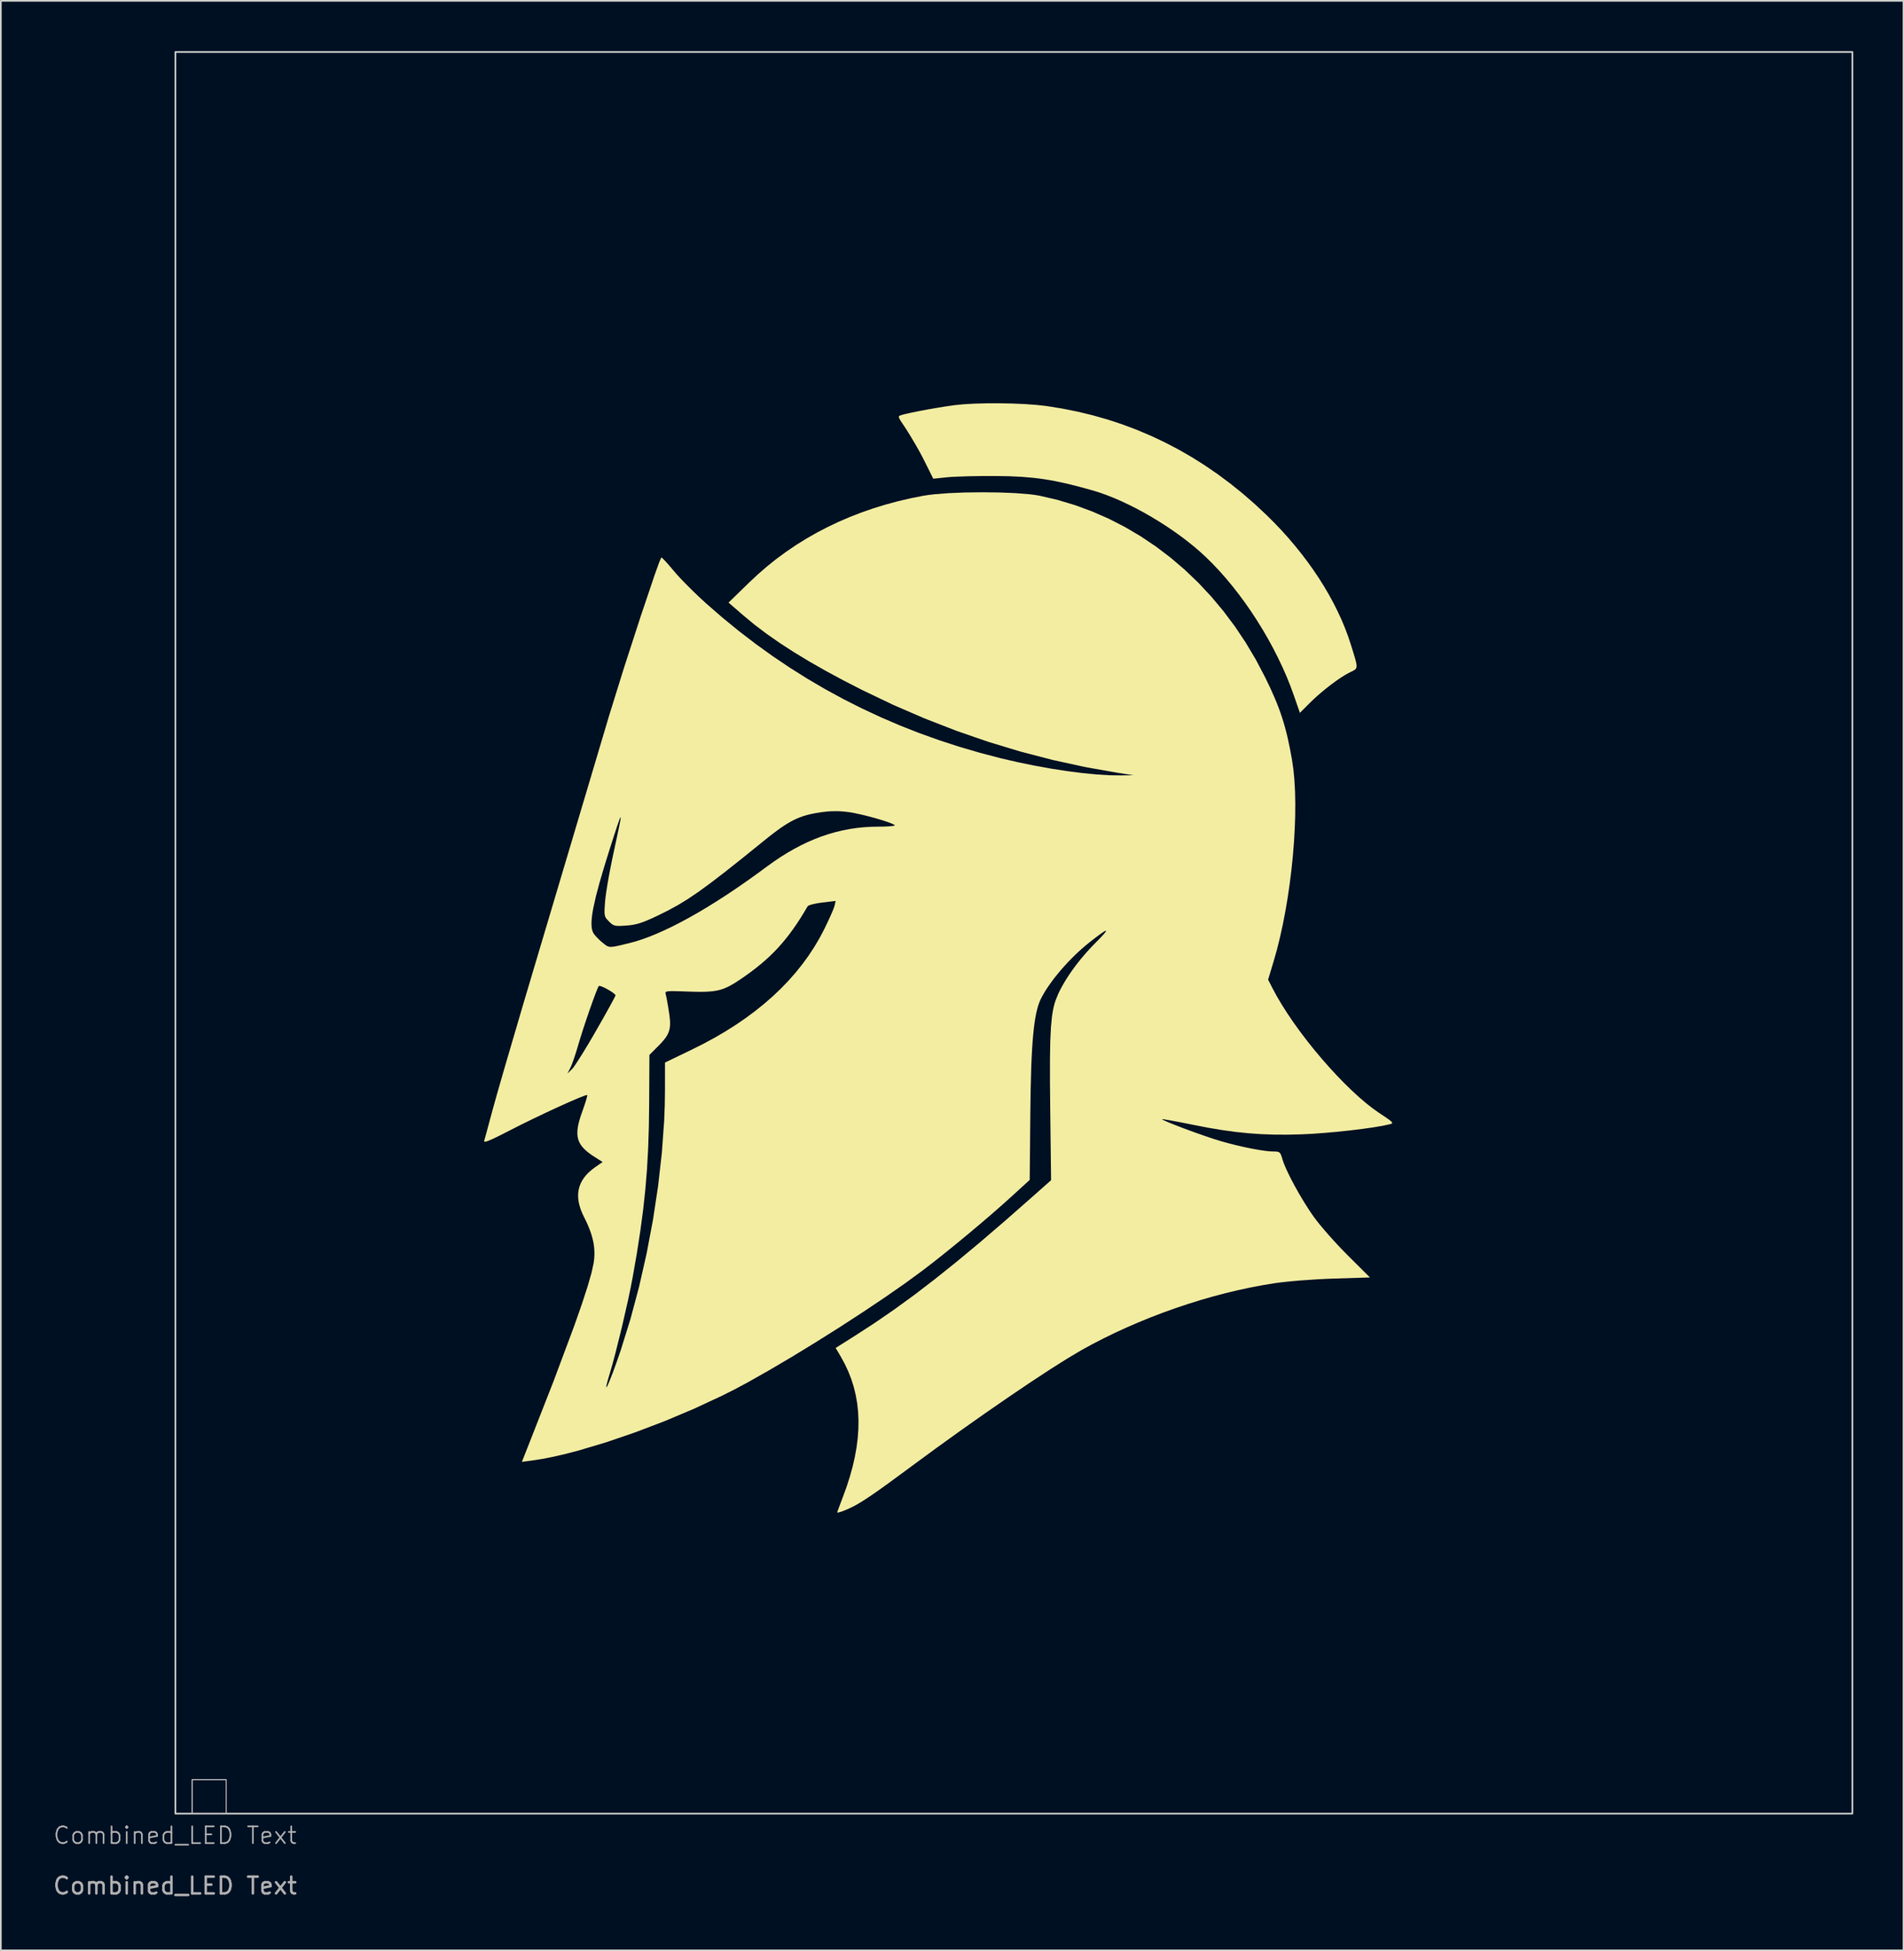
<source format=kicad_pcb>
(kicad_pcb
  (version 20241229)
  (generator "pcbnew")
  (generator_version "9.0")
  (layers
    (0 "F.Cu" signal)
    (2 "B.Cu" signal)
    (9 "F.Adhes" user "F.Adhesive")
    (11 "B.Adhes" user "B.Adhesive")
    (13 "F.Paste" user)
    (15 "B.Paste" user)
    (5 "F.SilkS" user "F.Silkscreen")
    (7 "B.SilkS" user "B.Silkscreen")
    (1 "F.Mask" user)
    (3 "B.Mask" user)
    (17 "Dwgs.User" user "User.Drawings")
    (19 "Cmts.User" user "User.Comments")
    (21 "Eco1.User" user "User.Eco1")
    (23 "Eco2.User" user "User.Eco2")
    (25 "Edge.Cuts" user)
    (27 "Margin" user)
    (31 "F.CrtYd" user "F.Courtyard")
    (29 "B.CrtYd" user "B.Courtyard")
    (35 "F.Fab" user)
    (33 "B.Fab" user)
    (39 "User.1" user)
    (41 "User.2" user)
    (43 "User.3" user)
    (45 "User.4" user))
  (footprint "Combined_LED Text"
    (layer "F.Cu")
    (at 7.409 105.05)
    (property "Reference" "Combined_LED Text" (at -0.022 1.3 0) (unlocked yes) (layer "F.Fab") (effects (font (size 1 1) (thickness 0.1))))
    (attr smd exclude_from_bom)
    (fp_poly (pts (xy 44.591 -14.442) (xy 44.591 -13.463) (xy 43.417 -13.432) (xy 42.242 -13.401) (xy 42.242 -8.675) (xy 42.242 -3.95) (xy 41.122 -3.95) (xy 40.002 -3.95) (xy 40.002 -8.703) (xy 40.002 -13.455) (xy 38.746 -13.455) (xy 37.489 -13.455) (xy 37.489 -14.439) (xy 37.489 -15.422) (xy 41.04 -15.422) (xy 44.591 -15.422)) (stroke (width 0) (type solid)) (fill yes) (layer "F.Mask"))
    (fp_poly (pts (xy 56.635 -14.411) (xy 57.307 -12.955) (xy 58.254 -10.873) (xy 59.396 -8.345) (xy 59.424 -11.883) (xy 59.453 -15.422) (xy 60.435 -15.422) (xy 61.417 -15.422) (xy 61.417 -9.686) (xy 61.417 -3.95) (xy 60.338 -3.95) (xy 59.258 -3.95) (xy 58.14 -6.381) (xy 57.201 -8.431) (xy 56.515 -9.946) (xy 56.009 -11.08) (xy 55.98 -7.515) (xy 55.951 -3.95) (xy 54.915 -3.95) (xy 53.878 -3.95) (xy 53.878 -9.686) (xy 53.878 -15.422) (xy 55.018 -15.422) (xy 56.159 -15.422)) (stroke (width 0) (type solid)) (fill yes) (layer "F.Mask"))
    (fp_poly (pts (xy 25.018 -15.419) (xy 25.481 -15.409) (xy 25.793 -15.395) (xy 25.879 -15.387) (xy 25.901 -15.383) (xy 25.908 -15.379) (xy 26.29 -13.78) (xy 27.206 -9.998) (xy 28.581 -4.305) (xy 28.657 -3.95) (xy 27.454 -3.95) (xy 26.252 -3.95) (xy 26.125 -4.578) (xy 25.998 -5.198) (xy 25.869 -5.807) (xy 25.74 -6.408) (xy 24.467 -6.439) (xy 24.083 -6.447) (xy 23.784 -6.45) (xy 23.557 -6.445) (xy 23.468 -6.44) (xy 23.393 -6.433) (xy 23.33 -6.423) (xy 23.28 -6.411) (xy 23.239 -6.396) (xy 23.207 -6.378) (xy 23.182 -6.357) (xy 23.164 -6.333) (xy 23.15 -6.306) (xy 23.14 -6.275) (xy 23.125 -6.214) (xy 23.104 -6.115) (xy 23.045 -5.825) (xy 22.972 -5.444) (xy 22.893 -5.015) (xy 22.7 -3.95) (xy 21.518 -3.95) (xy 21.281 -3.951) (xy 21.059 -3.955) (xy 20.858 -3.961) (xy 20.683 -3.968) (xy 20.539 -3.978) (xy 20.429 -3.989) (xy 20.36 -4) (xy 20.342 -4.007) (xy 20.336 -4.013) (xy 20.336 -4.013) (xy 20.414 -4.367) (xy 20.626 -5.283) (xy 21.315 -8.211) (xy 23.475 -8.211) (xy 24.42 -8.211) (xy 24.727 -8.212) (xy 24.958 -8.216) (xy 25.048 -8.22) (xy 25.123 -8.225) (xy 25.184 -8.233) (xy 25.232 -8.244) (xy 25.269 -8.257) (xy 25.284 -8.265) (xy 25.296 -8.273) (xy 25.305 -8.283) (xy 25.313 -8.293) (xy 25.319 -8.304) (xy 25.322 -8.317) (xy 25.325 -8.345) (xy 25.323 -8.377) (xy 25.316 -8.414) (xy 25.306 -8.457) (xy 25.306 -8.457) (xy 25.249 -8.725) (xy 25.14 -9.272) (xy 24.825 -10.888) (xy 24.657 -11.723) (xy 24.51 -12.383) (xy 24.45 -12.626) (xy 24.401 -12.8) (xy 24.365 -12.897) (xy 24.352 -12.914) (xy 24.348 -12.915) (xy 24.344 -12.909) (xy 24.291 -12.696) (xy 24.199 -12.261) (xy 23.949 -10.993) (xy 23.697 -9.638) (xy 23.602 -9.095) (xy 23.545 -8.73) (xy 23.475 -8.211) (xy 21.315 -8.211) (xy 21.323 -8.247) (xy 22.654 -13.92) (xy 22.998 -15.422) (xy 24.453 -15.422)) (stroke (width 0) (type solid)) (fill yes) (layer "F.Mask"))
    (fp_poly (pts (xy 50.32 -13.784) (xy 51.696 -8.15) (xy 52.388 -5.297) (xy 52.599 -4.406) (xy 52.676 -4.052) (xy 52.675 -4.046) (xy 52.67 -4.041) (xy 52.663 -4.036) (xy 52.652 -4.031) (xy 52.623 -4.021) (xy 52.583 -4.012) (xy 52.533 -4.003) (xy 52.473 -3.995) (xy 52.405 -3.987) (xy 52.328 -3.98) (xy 52.243 -3.973) (xy 52.151 -3.967) (xy 52.053 -3.962) (xy 51.948 -3.958) (xy 51.724 -3.952) (xy 51.482 -3.95) (xy 50.288 -3.95) (xy 50.161 -4.578) (xy 50.034 -5.198) (xy 49.906 -5.807) (xy 49.776 -6.408) (xy 48.51 -6.439) (xy 47.243 -6.469) (xy 46.996 -5.21) (xy 46.748 -3.95) (xy 45.571 -3.95) (xy 45.214 -3.951) (xy 44.938 -3.955) (xy 44.733 -3.965) (xy 44.654 -3.972) (xy 44.589 -3.981) (xy 44.538 -3.991) (xy 44.497 -4.005) (xy 44.468 -4.02) (xy 44.448 -4.038) (xy 44.436 -4.059) (xy 44.431 -4.083) (xy 44.432 -4.11) (xy 44.438 -4.141) (xy 44.438 -4.141) (xy 45.4 -8.211) (xy 47.473 -8.211) (xy 48.443 -8.211) (xy 48.735 -8.212) (xy 48.961 -8.217) (xy 49.052 -8.221) (xy 49.129 -8.226) (xy 49.193 -8.233) (xy 49.246 -8.242) (xy 49.288 -8.253) (xy 49.32 -8.266) (xy 49.343 -8.282) (xy 49.358 -8.3) (xy 49.366 -8.321) (xy 49.368 -8.345) (xy 49.365 -8.372) (xy 49.358 -8.402) (xy 49.358 -8.402) (xy 49.338 -8.485) (xy 49.304 -8.647) (xy 49.198 -9.171) (xy 49.056 -9.898) (xy 48.892 -10.751) (xy 48.728 -11.589) (xy 48.585 -12.275) (xy 48.478 -12.739) (xy 48.442 -12.865) (xy 48.43 -12.898) (xy 48.422 -12.909) (xy 48.418 -12.906) (xy 48.413 -12.896) (xy 48.4 -12.861) (xy 48.363 -12.723) (xy 48.311 -12.506) (xy 48.248 -12.218) (xy 48.175 -11.871) (xy 48.094 -11.472) (xy 48.007 -11.031) (xy 47.917 -10.56) (xy 47.473 -8.211) (xy 45.4 -8.211) (xy 47.061 -15.231) (xy 47.066 -15.246) (xy 47.072 -15.261) (xy 47.079 -15.275) (xy 47.087 -15.288) (xy 47.097 -15.3) (xy 47.108 -15.311) (xy 47.121 -15.322) (xy 47.136 -15.332) (xy 47.153 -15.341) (xy 47.172 -15.35) (xy 47.194 -15.358) (xy 47.218 -15.366) (xy 47.245 -15.373) (xy 47.275 -15.379) (xy 47.309 -15.385) (xy 47.345 -15.39) (xy 47.385 -15.395) (xy 47.429 -15.399) (xy 47.476 -15.403) (xy 47.528 -15.406) (xy 47.583 -15.409) (xy 47.643 -15.412) (xy 47.708 -15.414) (xy 47.777 -15.416) (xy 47.93 -15.419) (xy 48.104 -15.421) (xy 48.301 -15.422) (xy 48.521 -15.422) (xy 49.924 -15.422)) (stroke (width 0) (type solid)) (fill yes) (layer "F.Mask"))
    (fp_poly (pts (xy 82.148 -15.42) (xy 83.073 -15.406) (xy 83.485 -15.389) (xy 83.867 -15.365) (xy 84.219 -15.333) (xy 84.544 -15.293) (xy 84.843 -15.244) (xy 85.119 -15.186) (xy 85.372 -15.119) (xy 85.606 -15.042) (xy 85.822 -14.955) (xy 86.021 -14.857) (xy 86.205 -14.748) (xy 86.377 -14.628) (xy 86.538 -14.495) (xy 86.69 -14.35) (xy 86.817 -14.217) (xy 86.875 -14.152) (xy 86.929 -14.089) (xy 86.98 -14.025) (xy 87.028 -13.961) (xy 87.072 -13.895) (xy 87.114 -13.828) (xy 87.152 -13.757) (xy 87.188 -13.684) (xy 87.221 -13.607) (xy 87.251 -13.525) (xy 87.279 -13.439) (xy 87.305 -13.346) (xy 87.328 -13.247) (xy 87.35 -13.141) (xy 87.369 -13.026) (xy 87.387 -12.904) (xy 87.402 -12.772) (xy 87.417 -12.631) (xy 87.429 -12.479) (xy 87.441 -12.316) (xy 87.46 -11.955) (xy 87.475 -11.542) (xy 87.486 -11.071) (xy 87.496 -10.538) (xy 87.505 -9.937) (xy 87.518 -8.381) (xy 87.515 -7.813) (xy 87.504 -7.355) (xy 87.485 -6.988) (xy 87.457 -6.691) (xy 87.419 -6.443) (xy 87.371 -6.223) (xy 87.307 -5.994) (xy 87.233 -5.779) (xy 87.15 -5.578) (xy 87.056 -5.39) (xy 87.005 -5.301) (xy 86.952 -5.215) (xy 86.896 -5.132) (xy 86.837 -5.053) (xy 86.775 -4.976) (xy 86.711 -4.903) (xy 86.644 -4.832) (xy 86.574 -4.765) (xy 86.501 -4.7) (xy 86.425 -4.639) (xy 86.346 -4.58) (xy 86.264 -4.524) (xy 86.178 -4.471) (xy 86.09 -4.42) (xy 85.999 -4.373) (xy 85.904 -4.328) (xy 85.705 -4.246) (xy 85.493 -4.175) (xy 85.267 -4.113) (xy 85.028 -4.062) (xy 84.87 -4.039) (xy 84.646 -4.018) (xy 84.365 -3.999) (xy 84.04 -3.983) (xy 83.679 -3.969) (xy 83.293 -3.959) (xy 82.893 -3.952) (xy 82.489 -3.95) (xy 80.537 -3.95) (xy 80.537 -9.674) (xy 82.831 -9.674) (xy 82.831 -5.893) (xy 83.716 -5.934) (xy 83.988 -5.947) (xy 84.102 -5.955) (xy 84.203 -5.964) (xy 84.292 -5.974) (xy 84.371 -5.985) (xy 84.441 -5.999) (xy 84.503 -6.015) (xy 84.558 -6.034) (xy 84.608 -6.057) (xy 84.654 -6.083) (xy 84.696 -6.112) (xy 84.737 -6.147) (xy 84.778 -6.185) (xy 84.82 -6.229) (xy 84.863 -6.279) (xy 84.863 -6.279) (xy 85.126 -6.584) (xy 85.126 -9.623) (xy 85.121 -11.325) (xy 85.111 -11.875) (xy 85.094 -12.268) (xy 85.067 -12.538) (xy 85.048 -12.638) (xy 85.027 -12.719) (xy 85.002 -12.786) (xy 84.973 -12.843) (xy 84.902 -12.945) (xy 84.877 -12.976) (xy 84.851 -13.005) (xy 84.822 -13.033) (xy 84.792 -13.061) (xy 84.76 -13.088) (xy 84.727 -13.114) (xy 84.692 -13.139) (xy 84.655 -13.163) (xy 84.578 -13.208) (xy 84.494 -13.25) (xy 84.404 -13.288) (xy 84.308 -13.322) (xy 84.207 -13.353) (xy 84.1 -13.38) (xy 83.987 -13.402) (xy 83.87 -13.421) (xy 83.747 -13.435) (xy 83.62 -13.446) (xy 83.487 -13.453) (xy 83.35 -13.455) (xy 82.831 -13.455) (xy 82.831 -9.674) (xy 80.537 -9.674) (xy 80.537 -9.686) (xy 80.537 -15.422)) (stroke (width 0) (type solid)) (fill yes) (layer "F.Mask"))
    (fp_poly (pts (xy 65.651 -15.398) (xy 66.295 -15.383) (xy 66.812 -15.366) (xy 67.224 -15.345) (xy 67.55 -15.318) (xy 67.813 -15.283) (xy 68.034 -15.238) (xy 68.233 -15.18) (xy 68.433 -15.107) (xy 68.569 -15.049) (xy 68.703 -14.982) (xy 68.834 -14.908) (xy 68.962 -14.825) (xy 69.086 -14.736) (xy 69.206 -14.64) (xy 69.321 -14.539) (xy 69.43 -14.433) (xy 69.533 -14.323) (xy 69.629 -14.208) (xy 69.718 -14.091) (xy 69.798 -13.97) (xy 69.87 -13.848) (xy 69.933 -13.725) (xy 69.986 -13.601) (xy 70.029 -13.477) (xy 70.062 -13.338) (xy 70.091 -13.165) (xy 70.114 -12.963) (xy 70.133 -12.737) (xy 70.155 -12.232) (xy 70.158 -11.69) (xy 70.143 -11.15) (xy 70.109 -10.653) (xy 70.085 -10.433) (xy 70.058 -10.239) (xy 70.025 -10.074) (xy 69.989 -9.946) (xy 69.95 -9.841) (xy 69.906 -9.74) (xy 69.859 -9.641) (xy 69.808 -9.546) (xy 69.754 -9.453) (xy 69.695 -9.364) (xy 69.633 -9.278) (xy 69.566 -9.194) (xy 69.496 -9.114) (xy 69.422 -9.037) (xy 69.345 -8.963) (xy 69.263 -8.892) (xy 69.178 -8.824) (xy 69.089 -8.759) (xy 68.996 -8.697) (xy 68.9 -8.638) (xy 68.799 -8.583) (xy 68.695 -8.53) (xy 68.588 -8.481) (xy 68.476 -8.435) (xy 68.361 -8.391) (xy 68.242 -8.351) (xy 68.12 -8.314) (xy 67.994 -8.281) (xy 67.864 -8.25) (xy 67.73 -8.222) (xy 67.593 -8.198) (xy 67.452 -8.177) (xy 67.308 -8.159) (xy 67.159 -8.144) (xy 66.852 -8.124) (xy 65.787 -8.076) (xy 65.787 -6.013) (xy 65.787 -3.95) (xy 64.64 -3.95) (xy 63.493 -3.95) (xy 63.493 -9.697) (xy 63.493 -11.77) (xy 65.787 -11.77) (xy 65.788 -11.263) (xy 65.793 -10.867) (xy 65.802 -10.568) (xy 65.818 -10.351) (xy 65.829 -10.27) (xy 65.843 -10.204) (xy 65.858 -10.151) (xy 65.876 -10.11) (xy 65.897 -10.08) (xy 65.921 -10.058) (xy 65.948 -10.042) (xy 65.978 -10.031) (xy 66.028 -10.02) (xy 66.086 -10.013) (xy 66.151 -10.008) (xy 66.222 -10.007) (xy 66.299 -10.009) (xy 66.38 -10.013) (xy 66.464 -10.02) (xy 66.551 -10.03) (xy 66.639 -10.043) (xy 66.728 -10.058) (xy 66.816 -10.075) (xy 66.904 -10.094) (xy 66.989 -10.115) (xy 67.07 -10.138) (xy 67.148 -10.163) (xy 67.221 -10.189) (xy 67.253 -10.203) (xy 67.285 -10.218) (xy 67.316 -10.234) (xy 67.345 -10.252) (xy 67.374 -10.271) (xy 67.401 -10.292) (xy 67.428 -10.314) (xy 67.454 -10.337) (xy 67.478 -10.362) (xy 67.502 -10.389) (xy 67.524 -10.418) (xy 67.546 -10.448) (xy 67.567 -10.479) (xy 67.587 -10.513) (xy 67.606 -10.549) (xy 67.625 -10.586) (xy 67.642 -10.625) (xy 67.659 -10.666) (xy 67.675 -10.71) (xy 67.69 -10.755) (xy 67.705 -10.802) (xy 67.719 -10.852) (xy 67.732 -10.903) (xy 67.745 -10.957) (xy 67.757 -11.013) (xy 67.768 -11.072) (xy 67.789 -11.196) (xy 67.807 -11.329) (xy 67.823 -11.473) (xy 67.843 -11.717) (xy 67.848 -11.945) (xy 67.84 -12.156) (xy 67.817 -12.351) (xy 67.801 -12.442) (xy 67.781 -12.529) (xy 67.757 -12.612) (xy 67.73 -12.692) (xy 67.699 -12.767) (xy 67.665 -12.838) (xy 67.627 -12.906) (xy 67.586 -12.969) (xy 67.541 -13.028) (xy 67.492 -13.084) (xy 67.44 -13.135) (xy 67.384 -13.183) (xy 67.325 -13.227) (xy 67.261 -13.267) (xy 67.195 -13.303) (xy 67.124 -13.335) (xy 67.05 -13.363) (xy 66.972 -13.388) (xy 66.891 -13.408) (xy 66.806 -13.425) (xy 66.717 -13.439) (xy 66.624 -13.448) (xy 66.428 -13.455) (xy 65.787 -13.455) (xy 65.787 -11.77) (xy 63.493 -11.77) (xy 63.493 -15.445)) (stroke (width 0) (type solid)) (fill yes) (layer "F.Mask"))
    (fp_poly (pts (xy 15.964 -15.416) (xy 16.597 -15.395) (xy 16.878 -15.379) (xy 17.136 -15.358) (xy 17.375 -15.332) (xy 17.595 -15.301) (xy 17.799 -15.265) (xy 17.989 -15.224) (xy 18.167 -15.176) (xy 18.334 -15.122) (xy 18.492 -15.062) (xy 18.644 -14.994) (xy 18.791 -14.92) (xy 18.935 -14.838) (xy 19.017 -14.788) (xy 19.093 -14.738) (xy 19.165 -14.69) (xy 19.231 -14.641) (xy 19.293 -14.592) (xy 19.351 -14.542) (xy 19.406 -14.49) (xy 19.458 -14.436) (xy 19.508 -14.379) (xy 19.556 -14.32) (xy 19.602 -14.257) (xy 19.648 -14.189) (xy 19.693 -14.117) (xy 19.738 -14.039) (xy 19.784 -13.956) (xy 19.831 -13.867) (xy 19.884 -13.76) (xy 19.932 -13.663) (xy 19.973 -13.572) (xy 20.009 -13.485) (xy 20.04 -13.399) (xy 20.066 -13.311) (xy 20.088 -13.22) (xy 20.106 -13.122) (xy 20.121 -13.014) (xy 20.132 -12.895) (xy 20.141 -12.762) (xy 20.148 -12.612) (xy 20.153 -12.442) (xy 20.157 -12.251) (xy 20.161 -11.791) (xy 20.164 -11.33) (xy 20.161 -10.968) (xy 20.156 -10.818) (xy 20.149 -10.685) (xy 20.139 -10.566) (xy 20.127 -10.459) (xy 20.11 -10.361) (xy 20.09 -10.27) (xy 20.065 -10.182) (xy 20.035 -10.096) (xy 20.001 -10.009) (xy 19.961 -9.917) (xy 19.863 -9.713) (xy 19.814 -9.616) (xy 19.763 -9.523) (xy 19.709 -9.433) (xy 19.653 -9.347) (xy 19.595 -9.263) (xy 19.534 -9.183) (xy 19.471 -9.107) (xy 19.405 -9.033) (xy 19.337 -8.963) (xy 19.266 -8.895) (xy 19.192 -8.831) (xy 19.115 -8.77) (xy 19.035 -8.711) (xy 18.953 -8.656) (xy 18.867 -8.603) (xy 18.777 -8.553) (xy 18.685 -8.506) (xy 18.589 -8.462) (xy 18.49 -8.421) (xy 18.387 -8.382) (xy 18.281 -8.346) (xy 18.171 -8.312) (xy 18.057 -8.281) (xy 17.939 -8.252) (xy 17.817 -8.226) (xy 17.692 -8.203) (xy 17.428 -8.162) (xy 17.148 -8.131) (xy 16.85 -8.109) (xy 15.802 -8.047) (xy 15.772 -5.999) (xy 15.743 -3.95) (xy 14.598 -3.95) (xy 13.453 -3.95) (xy 13.453 -9.686) (xy 13.453 -11.77) (xy 15.747 -11.77) (xy 15.748 -11.22) (xy 15.752 -10.805) (xy 15.761 -10.503) (xy 15.769 -10.39) (xy 15.779 -10.297) (xy 15.793 -10.224) (xy 15.809 -10.167) (xy 15.829 -10.123) (xy 15.853 -10.092) (xy 15.881 -10.069) (xy 15.913 -10.054) (xy 15.993 -10.033) (xy 16.043 -10.025) (xy 16.101 -10.019) (xy 16.165 -10.015) (xy 16.235 -10.013) (xy 16.31 -10.014) (xy 16.388 -10.016) (xy 16.47 -10.02) (xy 16.553 -10.027) (xy 16.723 -10.044) (xy 16.807 -10.055) (xy 16.889 -10.068) (xy 16.969 -10.082) (xy 17.046 -10.098) (xy 17.118 -10.115) (xy 17.185 -10.133) (xy 17.185 -10.133) (xy 17.216 -10.143) (xy 17.246 -10.156) (xy 17.275 -10.171) (xy 17.304 -10.188) (xy 17.332 -10.208) (xy 17.359 -10.23) (xy 17.386 -10.254) (xy 17.412 -10.28) (xy 17.437 -10.309) (xy 17.462 -10.34) (xy 17.486 -10.372) (xy 17.509 -10.407) (xy 17.532 -10.444) (xy 17.554 -10.483) (xy 17.575 -10.524) (xy 17.595 -10.567) (xy 17.614 -10.612) (xy 17.633 -10.659) (xy 17.65 -10.707) (xy 17.667 -10.758) (xy 17.683 -10.81) (xy 17.698 -10.864) (xy 17.713 -10.92) (xy 17.726 -10.977) (xy 17.738 -11.036) (xy 17.75 -11.097) (xy 17.77 -11.223) (xy 17.786 -11.356) (xy 17.798 -11.494) (xy 17.811 -11.745) (xy 17.811 -11.977) (xy 17.799 -12.191) (xy 17.774 -12.387) (xy 17.757 -12.478) (xy 17.736 -12.564) (xy 17.712 -12.647) (xy 17.685 -12.725) (xy 17.655 -12.799) (xy 17.621 -12.869) (xy 17.583 -12.934) (xy 17.542 -12.996) (xy 17.498 -13.053) (xy 17.45 -13.106) (xy 17.398 -13.156) (xy 17.343 -13.201) (xy 17.284 -13.243) (xy 17.222 -13.28) (xy 17.156 -13.314) (xy 17.086 -13.344) (xy 17.012 -13.371) (xy 16.935 -13.393) (xy 16.853 -13.413) (xy 16.768 -13.428) (xy 16.586 -13.449) (xy 16.388 -13.455) (xy 15.747 -13.455) (xy 15.747 -11.77) (xy 13.453 -11.77) (xy 13.453 -15.422) (xy 15.219 -15.422)) (stroke (width 0) (type solid)) (fill yes) (layer "F.Mask"))
    (fp_poly (pts (xy 32.72 -15.412) (xy 33.129 -15.399) (xy 33.501 -15.38) (xy 33.841 -15.354) (xy 34.15 -15.321) (xy 34.431 -15.28) (xy 34.687 -15.231) (xy 34.918 -15.173) (xy 35.129 -15.105) (xy 35.322 -15.028) (xy 35.498 -14.941) (xy 35.661 -14.842) (xy 35.812 -14.732) (xy 35.954 -14.61) (xy 36.09 -14.476) (xy 36.191 -14.365) (xy 36.283 -14.253) (xy 36.367 -14.139) (xy 36.442 -14.022) (xy 36.51 -13.902) (xy 36.571 -13.776) (xy 36.624 -13.645) (xy 36.67 -13.507) (xy 36.71 -13.361) (xy 36.744 -13.206) (xy 36.771 -13.042) (xy 36.793 -12.866) (xy 36.81 -12.679) (xy 36.822 -12.478) (xy 36.828 -12.264) (xy 36.831 -12.035) (xy 36.829 -11.796) (xy 36.822 -11.556) (xy 36.812 -11.323) (xy 36.798 -11.101) (xy 36.781 -10.898) (xy 36.761 -10.721) (xy 36.739 -10.575) (xy 36.716 -10.467) (xy 36.684 -10.37) (xy 36.639 -10.268) (xy 36.584 -10.162) (xy 36.519 -10.052) (xy 36.446 -9.94) (xy 36.365 -9.828) (xy 36.278 -9.716) (xy 36.185 -9.607) (xy 36.09 -9.501) (xy 35.991 -9.401) (xy 35.891 -9.306) (xy 35.791 -9.219) (xy 35.691 -9.141) (xy 35.594 -9.074) (xy 35.5 -9.018) (xy 35.411 -8.975) (xy 35.346 -8.947) (xy 35.285 -8.918) (xy 35.229 -8.89) (xy 35.181 -8.864) (xy 35.16 -8.851) (xy 35.141 -8.84) (xy 35.125 -8.828) (xy 35.111 -8.818) (xy 35.1 -8.809) (xy 35.092 -8.8) (xy 35.087 -8.793) (xy 35.086 -8.79) (xy 35.086 -8.787) (xy 35.106 -8.728) (xy 35.163 -8.582) (xy 35.375 -8.064) (xy 35.687 -7.312) (xy 36.069 -6.402) (xy 36.764 -4.738) (xy 36.975 -4.218) (xy 37.052 -4.011) (xy 37.051 -4.008) (xy 37.046 -4.005) (xy 37.028 -3.998) (xy 36.999 -3.993) (xy 36.959 -3.987) (xy 36.909 -3.982) (xy 36.85 -3.977) (xy 36.705 -3.968) (xy 36.53 -3.96) (xy 36.33 -3.955) (xy 36.108 -3.951) (xy 35.871 -3.95) (xy 34.69 -3.95) (xy 33.768 -6.189) (xy 33.461 -6.927) (xy 33.213 -7.498) (xy 33.108 -7.728) (xy 33.013 -7.922) (xy 32.928 -8.084) (xy 32.849 -8.217) (xy 32.777 -8.321) (xy 32.71 -8.4) (xy 32.645 -8.457) (xy 32.582 -8.492) (xy 32.519 -8.51) (xy 32.454 -8.511) (xy 32.387 -8.499) (xy 32.315 -8.475) (xy 32.301 -8.469) (xy 32.287 -8.461) (xy 32.274 -8.451) (xy 32.262 -8.439) (xy 32.251 -8.425) (xy 32.24 -8.409) (xy 32.23 -8.389) (xy 32.22 -8.367) (xy 32.212 -8.341) (xy 32.203 -8.311) (xy 32.196 -8.277) (xy 32.189 -8.24) (xy 32.182 -8.197) (xy 32.177 -8.15) (xy 32.171 -8.098) (xy 32.166 -8.041) (xy 32.162 -7.978) (xy 32.158 -7.909) (xy 32.154 -7.834) (xy 32.151 -7.752) (xy 32.146 -7.569) (xy 32.142 -7.357) (xy 32.139 -7.114) (xy 32.137 -6.838) (xy 32.136 -6.527) (xy 32.136 -6.178) (xy 32.136 -3.95) (xy 30.989 -3.95) (xy 29.841 -3.95) (xy 29.841 -9.686) (xy 29.841 -11.925) (xy 32.136 -11.925) (xy 32.136 -10.286) (xy 32.944 -10.286) (xy 33.191 -10.288) (xy 33.295 -10.291) (xy 33.389 -10.295) (xy 33.472 -10.301) (xy 33.547 -10.31) (xy 33.614 -10.321) (xy 33.675 -10.335) (xy 33.73 -10.352) (xy 33.782 -10.373) (xy 33.831 -10.398) (xy 33.879 -10.427) (xy 33.926 -10.46) (xy 33.974 -10.498) (xy 34.024 -10.542) (xy 34.077 -10.591) (xy 34.077 -10.591) (xy 34.112 -10.625) (xy 34.145 -10.66) (xy 34.177 -10.697) (xy 34.207 -10.735) (xy 34.237 -10.775) (xy 34.264 -10.816) (xy 34.316 -10.903) (xy 34.362 -10.996) (xy 34.402 -11.094) (xy 34.437 -11.197) (xy 34.466 -11.305) (xy 34.49 -11.417) (xy 34.507 -11.534) (xy 34.519 -11.656) (xy 34.525 -11.781) (xy 34.525 -11.91) (xy 34.519 -12.043) (xy 34.507 -12.18) (xy 34.489 -12.319) (xy 34.476 -12.399) (xy 34.46 -12.475) (xy 34.441 -12.549) (xy 34.42 -12.621) (xy 34.396 -12.689) (xy 34.369 -12.754) (xy 34.339 -12.817) (xy 34.307 -12.877) (xy 34.272 -12.935) (xy 34.234 -12.989) (xy 34.193 -13.041) (xy 34.15 -13.091) (xy 34.103 -13.138) (xy 34.053 -13.182) (xy 34 -13.223) (xy 33.944 -13.262) (xy 33.885 -13.299) (xy 33.823 -13.333) (xy 33.758 -13.365) (xy 33.689 -13.394) (xy 33.617 -13.421) (xy 33.542 -13.445) (xy 33.463 -13.467) (xy 33.381 -13.487) (xy 33.296 -13.504) (xy 33.207 -13.519) (xy 33.115 -13.532) (xy 33.019 -13.542) (xy 32.817 -13.556) (xy 32.6 -13.562) (xy 32.136 -13.564) (xy 32.136 -11.925) (xy 29.841 -11.925) (xy 29.841 -15.422) (xy 31.788 -15.422)) (stroke (width 0) (type solid)) (fill yes) (layer "F.Mask"))
    (fp_poly (pts (xy 75.277 -15.473) (xy 75.519 -15.465) (xy 75.745 -15.451) (xy 75.957 -15.431) (xy 76.156 -15.403) (xy 76.343 -15.369) (xy 76.519 -15.327) (xy 76.686 -15.277) (xy 76.845 -15.218) (xy 76.996 -15.151) (xy 77.142 -15.075) (xy 77.282 -14.99) (xy 77.419 -14.894) (xy 77.554 -14.788) (xy 77.687 -14.671) (xy 77.82 -14.544) (xy 77.968 -14.393) (xy 78.035 -14.32) (xy 78.098 -14.248) (xy 78.157 -14.177) (xy 78.212 -14.105) (xy 78.263 -14.031) (xy 78.31 -13.955) (xy 78.354 -13.877) (xy 78.394 -13.794) (xy 78.431 -13.707) (xy 78.464 -13.614) (xy 78.495 -13.515) (xy 78.522 -13.409) (xy 78.547 -13.295) (xy 78.569 -13.173) (xy 78.588 -13.041) (xy 78.605 -12.899) (xy 78.62 -12.746) (xy 78.632 -12.581) (xy 78.643 -12.403) (xy 78.651 -12.212) (xy 78.663 -11.787) (xy 78.669 -11.298) (xy 78.669 -10.74) (xy 78.666 -10.105) (xy 78.659 -9.388) (xy 78.625 -5.971) (xy 78.328 -5.409) (xy 78.259 -5.284) (xy 78.185 -5.164) (xy 78.105 -5.048) (xy 78.021 -4.937) (xy 77.933 -4.83) (xy 77.84 -4.728) (xy 77.743 -4.631) (xy 77.642 -4.539) (xy 77.537 -4.452) (xy 77.429 -4.371) (xy 77.318 -4.295) (xy 77.203 -4.225) (xy 77.085 -4.161) (xy 76.965 -4.104) (xy 76.842 -4.052) (xy 76.716 -4.007) (xy 76.591 -3.97) (xy 76.453 -3.935) (xy 76.304 -3.904) (xy 76.146 -3.876) (xy 75.981 -3.852) (xy 75.81 -3.83) (xy 75.635 -3.813) (xy 75.458 -3.799) (xy 75.281 -3.789) (xy 75.104 -3.784) (xy 74.931 -3.782) (xy 74.763 -3.784) (xy 74.601 -3.791) (xy 74.447 -3.802) (xy 74.303 -3.818) (xy 74.171 -3.838) (xy 74.171 -3.838) (xy 73.949 -3.885) (xy 73.734 -3.945) (xy 73.526 -4.016) (xy 73.327 -4.099) (xy 73.136 -4.194) (xy 72.954 -4.299) (xy 72.781 -4.414) (xy 72.619 -4.539) (xy 72.467 -4.674) (xy 72.326 -4.818) (xy 72.197 -4.97) (xy 72.079 -5.131) (xy 71.974 -5.3) (xy 71.882 -5.476) (xy 71.804 -5.66) (xy 71.739 -5.85) (xy 71.702 -6.044) (xy 71.669 -6.353) (xy 71.617 -7.244) (xy 71.583 -8.395) (xy 71.569 -9.565) (xy 73.773 -9.565) (xy 73.783 -8.625) (xy 73.797 -7.965) (xy 73.811 -7.449) (xy 73.829 -7.055) (xy 73.852 -6.761) (xy 73.867 -6.646) (xy 73.884 -6.547) (xy 73.903 -6.463) (xy 73.926 -6.391) (xy 73.951 -6.328) (xy 73.98 -6.271) (xy 74.049 -6.167) (xy 74.088 -6.117) (xy 74.129 -6.07) (xy 74.171 -6.025) (xy 74.216 -5.983) (xy 74.262 -5.944) (xy 74.31 -5.907) (xy 74.359 -5.872) (xy 74.41 -5.84) (xy 74.462 -5.811) (xy 74.516 -5.784) (xy 74.57 -5.76) (xy 74.626 -5.739) (xy 74.682 -5.72) (xy 74.74 -5.704) (xy 74.798 -5.69) (xy 74.857 -5.679) (xy 74.917 -5.671) (xy 74.977 -5.666) (xy 75.038 -5.663) (xy 75.099 -5.663) (xy 75.16 -5.666) (xy 75.221 -5.671) (xy 75.282 -5.68) (xy 75.344 -5.691) (xy 75.405 -5.705) (xy 75.466 -5.722) (xy 75.526 -5.742) (xy 75.586 -5.764) (xy 75.646 -5.79) (xy 75.705 -5.818) (xy 75.763 -5.849) (xy 75.821 -5.883) (xy 75.821 -5.883) (xy 75.867 -5.914) (xy 75.911 -5.944) (xy 75.952 -5.977) (xy 75.991 -6.01) (xy 76.028 -6.046) (xy 76.062 -6.085) (xy 76.094 -6.127) (xy 76.124 -6.173) (xy 76.152 -6.223) (xy 76.178 -6.277) (xy 76.201 -6.337) (xy 76.223 -6.403) (xy 76.244 -6.474) (xy 76.262 -6.552) (xy 76.279 -6.638) (xy 76.294 -6.731) (xy 76.308 -6.832) (xy 76.32 -6.941) (xy 76.331 -7.06) (xy 76.341 -7.188) (xy 76.349 -7.327) (xy 76.357 -7.476) (xy 76.363 -7.636) (xy 76.369 -7.808) (xy 76.377 -8.187) (xy 76.382 -8.619) (xy 76.384 -9.107) (xy 76.385 -9.655) (xy 76.382 -10.74) (xy 76.366 -11.577) (xy 76.352 -11.914) (xy 76.332 -12.204) (xy 76.305 -12.45) (xy 76.27 -12.657) (xy 76.227 -12.831) (xy 76.174 -12.975) (xy 76.11 -13.095) (xy 76.035 -13.195) (xy 75.947 -13.279) (xy 75.846 -13.353) (xy 75.73 -13.422) (xy 75.599 -13.489) (xy 75.539 -13.517) (xy 75.483 -13.543) (xy 75.43 -13.565) (xy 75.379 -13.583) (xy 75.331 -13.599) (xy 75.284 -13.611) (xy 75.237 -13.62) (xy 75.192 -13.626) (xy 75.146 -13.629) (xy 75.099 -13.629) (xy 75.051 -13.626) (xy 75.001 -13.621) (xy 74.948 -13.612) (xy 74.893 -13.601) (xy 74.833 -13.587) (xy 74.77 -13.571) (xy 74.726 -13.558) (xy 74.68 -13.544) (xy 74.635 -13.527) (xy 74.589 -13.509) (xy 74.543 -13.49) (xy 74.498 -13.47) (xy 74.454 -13.448) (xy 74.411 -13.426) (xy 74.37 -13.403) (xy 74.33 -13.38) (xy 74.292 -13.356) (xy 74.257 -13.332) (xy 74.225 -13.309) (xy 74.195 -13.285) (xy 74.17 -13.262) (xy 74.147 -13.239) (xy 74.121 -13.206) (xy 74.096 -13.165) (xy 74.072 -13.116) (xy 74.049 -13.059) (xy 74.005 -12.923) (xy 73.965 -12.757) (xy 73.929 -12.561) (xy 73.896 -12.336) (xy 73.867 -12.082) (xy 73.842 -11.801) (xy 73.82 -11.493) (xy 73.803 -11.158) (xy 73.789 -10.797) (xy 73.78 -10.411) (xy 73.774 -10) (xy 73.773 -9.565) (xy 71.569 -9.565) (xy 71.568 -9.675) (xy 71.573 -10.953) (xy 71.597 -12.101) (xy 71.642 -12.987) (xy 71.672 -13.291) (xy 71.708 -13.481) (xy 71.749 -13.598) (xy 71.803 -13.719) (xy 71.868 -13.842) (xy 71.944 -13.966) (xy 72.031 -14.092) (xy 72.126 -14.217) (xy 72.229 -14.34) (xy 72.338 -14.461) (xy 72.454 -14.578) (xy 72.575 -14.691) (xy 72.7 -14.798) (xy 72.828 -14.899) (xy 72.958 -14.992) (xy 73.089 -15.076) (xy 73.22 -15.151) (xy 73.35 -15.215) (xy 73.438 -15.254) (xy 73.523 -15.289) (xy 73.605 -15.32) (xy 73.686 -15.348) (xy 73.767 -15.372) (xy 73.849 -15.393) (xy 73.934 -15.411) (xy 74.023 -15.427) (xy 74.116 -15.44) (xy 74.216 -15.45) (xy 74.324 -15.459) (xy 74.44 -15.465) (xy 74.567 -15.47) (xy 74.705 -15.473) (xy 75.019 -15.476)) (stroke (width 0) (type solid)) (fill yes) (layer "F.Mask"))
    (fp_poly (pts (xy 92.693 -15.511) (xy 92.967 -15.489) (xy 93.236 -15.452) (xy 93.5 -15.398) (xy 93.757 -15.329) (xy 94.006 -15.244) (xy 94.245 -15.144) (xy 94.472 -15.028) (xy 94.686 -14.896) (xy 94.743 -14.857) (xy 94.798 -14.814) (xy 94.853 -14.769) (xy 94.906 -14.722) (xy 94.958 -14.672) (xy 95.008 -14.62) (xy 95.105 -14.509) (xy 95.197 -14.39) (xy 95.282 -14.263) (xy 95.361 -14.129) (xy 95.434 -13.988) (xy 95.5 -13.841) (xy 95.559 -13.689) (xy 95.611 -13.532) (xy 95.655 -13.37) (xy 95.691 -13.205) (xy 95.72 -13.036) (xy 95.739 -12.864) (xy 95.751 -12.691) (xy 95.778 -11.98) (xy 94.766 -11.949) (xy 94.406 -11.938) (xy 94.261 -11.935) (xy 94.137 -11.936) (xy 94.033 -11.942) (xy 93.945 -11.952) (xy 93.908 -11.96) (xy 93.874 -11.97) (xy 93.843 -11.981) (xy 93.815 -11.995) (xy 93.79 -12.01) (xy 93.768 -12.028) (xy 93.748 -12.049) (xy 93.73 -12.072) (xy 93.715 -12.097) (xy 93.701 -12.126) (xy 93.676 -12.192) (xy 93.656 -12.271) (xy 93.638 -12.364) (xy 93.599 -12.596) (xy 93.591 -12.639) (xy 93.58 -12.682) (xy 93.566 -12.728) (xy 93.55 -12.774) (xy 93.532 -12.822) (xy 93.512 -12.869) (xy 93.489 -12.917) (xy 93.465 -12.964) (xy 93.44 -13.011) (xy 93.414 -13.057) (xy 93.386 -13.101) (xy 93.357 -13.144) (xy 93.328 -13.185) (xy 93.298 -13.223) (xy 93.267 -13.258) (xy 93.236 -13.291) (xy 93.188 -13.338) (xy 93.144 -13.38) (xy 93.101 -13.416) (xy 93.08 -13.433) (xy 93.06 -13.448) (xy 93.04 -13.462) (xy 93.019 -13.475) (xy 92.999 -13.487) (xy 92.978 -13.498) (xy 92.957 -13.508) (xy 92.936 -13.516) (xy 92.914 -13.524) (xy 92.891 -13.531) (xy 92.868 -13.537) (xy 92.844 -13.542) (xy 92.818 -13.546) (xy 92.792 -13.55) (xy 92.764 -13.552) (xy 92.735 -13.554) (xy 92.705 -13.555) (xy 92.673 -13.556) (xy 92.604 -13.555) (xy 92.527 -13.551) (xy 92.441 -13.546) (xy 92.347 -13.538) (xy 92.212 -13.523) (xy 92.086 -13.502) (xy 91.969 -13.473) (xy 91.914 -13.456) (xy 91.861 -13.438) (xy 91.81 -13.418) (xy 91.762 -13.396) (xy 91.715 -13.372) (xy 91.671 -13.347) (xy 91.629 -13.319) (xy 91.59 -13.291) (xy 91.552 -13.26) (xy 91.517 -13.228) (xy 91.484 -13.194) (xy 91.453 -13.158) (xy 91.424 -13.12) (xy 91.397 -13.081) (xy 91.373 -13.04) (xy 91.35 -12.997) (xy 91.33 -12.952) (xy 91.312 -12.906) (xy 91.296 -12.858) (xy 91.282 -12.808) (xy 91.271 -12.756) (xy 91.261 -12.702) (xy 91.254 -12.647) (xy 91.248 -12.59) (xy 91.244 -12.47) (xy 91.245 -12.419) (xy 91.249 -12.37) (xy 91.254 -12.32) (xy 91.262 -12.271) (xy 91.273 -12.222) (xy 91.286 -12.174) (xy 91.301 -12.126) (xy 91.318 -12.078) (xy 91.338 -12.03) (xy 91.361 -11.983) (xy 91.386 -11.936) (xy 91.413 -11.889) (xy 91.443 -11.842) (xy 91.476 -11.795) (xy 91.511 -11.749) (xy 91.548 -11.702) (xy 91.631 -11.61) (xy 91.725 -11.517) (xy 91.829 -11.424) (xy 91.944 -11.331) (xy 92.071 -11.238) (xy 92.208 -11.144) (xy 92.357 -11.048) (xy 92.517 -10.952) (xy 93.002 -10.664) (xy 93.439 -10.393) (xy 93.832 -10.136) (xy 94.182 -9.889) (xy 94.491 -9.651) (xy 94.761 -9.418) (xy 94.995 -9.189) (xy 95.195 -8.959) (xy 95.283 -8.843) (xy 95.363 -8.727) (xy 95.436 -8.609) (xy 95.502 -8.489) (xy 95.56 -8.368) (xy 95.612 -8.244) (xy 95.658 -8.117) (xy 95.698 -7.987) (xy 95.76 -7.717) (xy 95.801 -7.431) (xy 95.823 -7.125) (xy 95.828 -6.798) (xy 95.821 -6.557) (xy 95.803 -6.329) (xy 95.774 -6.112) (xy 95.734 -5.907) (xy 95.682 -5.713) (xy 95.619 -5.529) (xy 95.543 -5.355) (xy 95.454 -5.191) (xy 95.353 -5.036) (xy 95.239 -4.89) (xy 95.112 -4.752) (xy 94.971 -4.622) (xy 94.816 -4.499) (xy 94.648 -4.383) (xy 94.464 -4.273) (xy 94.267 -4.169) (xy 94.162 -4.119) (xy 94.063 -4.073) (xy 93.969 -4.032) (xy 93.878 -3.995) (xy 93.789 -3.962) (xy 93.701 -3.932) (xy 93.612 -3.907) (xy 93.522 -3.884) (xy 93.43 -3.864) (xy 93.333 -3.847) (xy 93.231 -3.832) (xy 93.123 -3.819) (xy 93.007 -3.808) (xy 92.882 -3.798) (xy 92.601 -3.782) (xy 92.377 -3.774) (xy 92.157 -3.773) (xy 91.943 -3.777) (xy 91.738 -3.786) (xy 91.546 -3.802) (xy 91.368 -3.822) (xy 91.208 -3.848) (xy 91.067 -3.878) (xy 91.067 -3.878) (xy 90.822 -3.948) (xy 90.591 -4.028) (xy 90.374 -4.119) (xy 90.172 -4.22) (xy 89.984 -4.331) (xy 89.81 -4.452) (xy 89.729 -4.516) (xy 89.651 -4.583) (xy 89.577 -4.653) (xy 89.507 -4.725) (xy 89.44 -4.799) (xy 89.377 -4.876) (xy 89.318 -4.956) (xy 89.262 -5.038) (xy 89.21 -5.122) (xy 89.162 -5.209) (xy 89.117 -5.298) (xy 89.076 -5.39) (xy 89.039 -5.484) (xy 89.006 -5.581) (xy 88.976 -5.68) (xy 88.95 -5.782) (xy 88.909 -5.992) (xy 88.883 -6.212) (xy 88.86 -6.486) (xy 88.834 -6.764) (xy 88.809 -7.013) (xy 88.788 -7.2) (xy 88.745 -7.555) (xy 89.763 -7.555) (xy 90.782 -7.555) (xy 90.857 -6.953) (xy 90.879 -6.808) (xy 90.906 -6.671) (xy 90.94 -6.542) (xy 90.979 -6.423) (xy 91.025 -6.312) (xy 91.076 -6.21) (xy 91.105 -6.162) (xy 91.134 -6.117) (xy 91.166 -6.073) (xy 91.199 -6.031) (xy 91.233 -5.992) (xy 91.269 -5.954) (xy 91.307 -5.919) (xy 91.346 -5.886) (xy 91.388 -5.854) (xy 91.43 -5.825) (xy 91.475 -5.797) (xy 91.521 -5.772) (xy 91.568 -5.748) (xy 91.618 -5.727) (xy 91.722 -5.69) (xy 91.833 -5.66) (xy 91.951 -5.638) (xy 92.069 -5.623) (xy 92.183 -5.615) (xy 92.293 -5.612) (xy 92.4 -5.615) (xy 92.502 -5.624) (xy 92.6 -5.638) (xy 92.693 -5.658) (xy 92.782 -5.683) (xy 92.867 -5.713) (xy 92.947 -5.748) (xy 93.022 -5.788) (xy 93.092 -5.833) (xy 93.157 -5.882) (xy 93.218 -5.936) (xy 93.273 -5.994) (xy 93.323 -6.057) (xy 93.368 -6.123) (xy 93.407 -6.194) (xy 93.441 -6.268) (xy 93.469 -6.346) (xy 93.491 -6.427) (xy 93.507 -6.512) (xy 93.518 -6.6) (xy 93.522 -6.691) (xy 93.521 -6.785) (xy 93.513 -6.882) (xy 93.498 -6.981) (xy 93.478 -7.084) (xy 93.451 -7.188) (xy 93.417 -7.295) (xy 93.376 -7.404) (xy 93.329 -7.515) (xy 93.286 -7.603) (xy 93.237 -7.688) (xy 93.211 -7.73) (xy 93.183 -7.771) (xy 93.153 -7.812) (xy 93.121 -7.853) (xy 93.087 -7.893) (xy 93.05 -7.934) (xy 93.012 -7.974) (xy 92.971 -8.015) (xy 92.881 -8.097) (xy 92.78 -8.181) (xy 92.667 -8.267) (xy 92.54 -8.357) (xy 92.399 -8.451) (xy 92.243 -8.55) (xy 92.07 -8.654) (xy 91.881 -8.766) (xy 91.673 -8.884) (xy 91.446 -9.011) (xy 91.135 -9.188) (xy 90.849 -9.364) (xy 90.586 -9.539) (xy 90.345 -9.715) (xy 90.127 -9.892) (xy 89.93 -10.071) (xy 89.754 -10.254) (xy 89.597 -10.44) (xy 89.46 -10.632) (xy 89.341 -10.83) (xy 89.24 -11.034) (xy 89.155 -11.247) (xy 89.088 -11.467) (xy 89.035 -11.698) (xy 88.998 -11.939) (xy 88.975 -12.192) (xy 88.964 -12.459) (xy 88.967 -12.713) (xy 88.983 -12.954) (xy 89.014 -13.183) (xy 89.059 -13.399) (xy 89.118 -13.604) (xy 89.192 -13.798) (xy 89.281 -13.981) (xy 89.384 -14.154) (xy 89.503 -14.316) (xy 89.638 -14.469) (xy 89.788 -14.613) (xy 89.954 -14.747) (xy 90.136 -14.873) (xy 90.334 -14.991) (xy 90.549 -15.102) (xy 90.799 -15.21) (xy 91.056 -15.302) (xy 91.321 -15.378) (xy 91.591 -15.437) (xy 91.865 -15.48) (xy 92.141 -15.506) (xy 92.417 -15.517)) (stroke (width 0) (type solid)) (fill yes) (layer "F.Mask"))
    (fp_poly (pts (xy 8.827 -15.518) (xy 9.029 -15.501) (xy 9.229 -15.476) (xy 9.427 -15.442) (xy 9.621 -15.399) (xy 9.811 -15.347) (xy 9.996 -15.286) (xy 10.175 -15.217) (xy 10.348 -15.138) (xy 10.515 -15.05) (xy 10.673 -14.953) (xy 10.823 -14.846) (xy 10.964 -14.731) (xy 11.095 -14.606) (xy 11.191 -14.503) (xy 11.279 -14.401) (xy 11.359 -14.297) (xy 11.432 -14.193) (xy 11.498 -14.086) (xy 11.556 -13.977) (xy 11.608 -13.864) (xy 11.654 -13.747) (xy 11.693 -13.626) (xy 11.727 -13.499) (xy 11.754 -13.367) (xy 11.776 -13.227) (xy 11.793 -13.081) (xy 11.805 -12.927) (xy 11.812 -12.764) (xy 11.814 -12.592) (xy 11.814 -11.918) (xy 10.815 -11.949) (xy 9.816 -11.98) (xy 9.684 -12.502) (xy 9.646 -12.64) (xy 9.605 -12.768) (xy 9.56 -12.885) (xy 9.511 -12.991) (xy 9.458 -13.088) (xy 9.43 -13.133) (xy 9.401 -13.175) (xy 9.371 -13.215) (xy 9.339 -13.252) (xy 9.306 -13.287) (xy 9.272 -13.32) (xy 9.237 -13.351) (xy 9.2 -13.38) (xy 9.162 -13.406) (xy 9.122 -13.43) (xy 9.081 -13.452) (xy 9.039 -13.472) (xy 8.995 -13.49) (xy 8.95 -13.506) (xy 8.902 -13.52) (xy 8.854 -13.532) (xy 8.803 -13.542) (xy 8.751 -13.55) (xy 8.642 -13.561) (xy 8.526 -13.565) (xy 8.393 -13.56) (xy 8.267 -13.547) (xy 8.207 -13.537) (xy 8.148 -13.525) (xy 8.09 -13.511) (xy 8.035 -13.494) (xy 7.981 -13.476) (xy 7.929 -13.456) (xy 7.879 -13.434) (xy 7.831 -13.41) (xy 7.785 -13.384) (xy 7.741 -13.356) (xy 7.699 -13.326) (xy 7.659 -13.295) (xy 7.621 -13.262) (xy 7.586 -13.227) (xy 7.552 -13.191) (xy 7.521 -13.152) (xy 7.492 -13.112) (xy 7.465 -13.071) (xy 7.441 -13.028) (xy 7.419 -12.984) (xy 7.399 -12.938) (xy 7.382 -12.89) (xy 7.368 -12.841) (xy 7.356 -12.791) (xy 7.347 -12.739) (xy 7.34 -12.686) (xy 7.336 -12.632) (xy 7.334 -12.577) (xy 7.338 -12.43) (xy 7.342 -12.36) (xy 7.349 -12.294) (xy 7.358 -12.23) (xy 7.369 -12.167) (xy 7.384 -12.107) (xy 7.402 -12.048) (xy 7.424 -11.99) (xy 7.449 -11.934) (xy 7.478 -11.878) (xy 7.512 -11.822) (xy 7.55 -11.767) (xy 7.592 -11.712) (xy 7.64 -11.656) (xy 7.693 -11.601) (xy 7.751 -11.544) (xy 7.816 -11.486) (xy 7.886 -11.427) (xy 7.963 -11.366) (xy 8.046 -11.304) (xy 8.136 -11.239) (xy 8.337 -11.103) (xy 8.569 -10.955) (xy 8.832 -10.794) (xy 9.13 -10.617) (xy 9.465 -10.422) (xy 9.755 -10.249) (xy 10.024 -10.075) (xy 10.273 -9.9) (xy 10.502 -9.723) (xy 10.711 -9.544) (xy 10.902 -9.362) (xy 11.074 -9.176) (xy 11.229 -8.986) (xy 11.366 -8.79) (xy 11.486 -8.589) (xy 11.59 -8.38) (xy 11.678 -8.165) (xy 11.751 -7.941) (xy 11.81 -7.709) (xy 11.854 -7.468) (xy 11.884 -7.216) (xy 11.897 -7.048) (xy 11.902 -6.884) (xy 11.901 -6.723) (xy 11.893 -6.565) (xy 11.878 -6.411) (xy 11.857 -6.261) (xy 11.829 -6.114) (xy 11.795 -5.971) (xy 11.754 -5.831) (xy 11.707 -5.696) (xy 11.654 -5.564) (xy 11.594 -5.436) (xy 11.529 -5.313) (xy 11.457 -5.194) (xy 11.379 -5.079) (xy 11.295 -4.968) (xy 11.205 -4.862) (xy 11.109 -4.76) (xy 11.008 -4.662) (xy 10.901 -4.57) (xy 10.788 -4.482) (xy 10.669 -4.399) (xy 10.545 -4.32) (xy 10.415 -4.247) (xy 10.28 -4.179) (xy 10.14 -4.116) (xy 9.994 -4.058) (xy 9.843 -4.005) (xy 9.687 -3.957) (xy 9.526 -3.915) (xy 9.36 -3.879) (xy 9.188 -3.848) (xy 8.857 -3.798) (xy 8.707 -3.779) (xy 8.565 -3.765) (xy 8.431 -3.754) (xy 8.302 -3.748) (xy 8.177 -3.746) (xy 8.055 -3.749) (xy 7.933 -3.756) (xy 7.811 -3.768) (xy 7.687 -3.784) (xy 7.559 -3.805) (xy 7.426 -3.831) (xy 7.286 -3.861) (xy 6.981 -3.936) (xy 6.728 -4.01) (xy 6.609 -4.051) (xy 6.493 -4.095) (xy 6.382 -4.143) (xy 6.275 -4.193) (xy 6.171 -4.246) (xy 6.072 -4.303) (xy 5.978 -4.362) (xy 5.887 -4.425) (xy 5.8 -4.491) (xy 5.717 -4.56) (xy 5.638 -4.633) (xy 5.563 -4.709) (xy 5.491 -4.789) (xy 5.424 -4.871) (xy 5.36 -4.958) (xy 5.301 -5.048) (xy 5.244 -5.141) (xy 5.192 -5.238) (xy 5.143 -5.339) (xy 5.098 -5.443) (xy 5.057 -5.551) (xy 5.019 -5.663) (xy 4.985 -5.778) (xy 4.955 -5.898) (xy 4.927 -6.021) (xy 4.904 -6.148) (xy 4.867 -6.414) (xy 4.843 -6.697) (xy 4.793 -7.555) (xy 5.845 -7.555) (xy 6.897 -7.555) (xy 6.897 -7.17) (xy 6.9 -7.078) (xy 6.908 -6.986) (xy 6.92 -6.894) (xy 6.937 -6.801) (xy 6.959 -6.709) (xy 6.985 -6.618) (xy 7.015 -6.529) (xy 7.049 -6.441) (xy 7.087 -6.356) (xy 7.128 -6.273) (xy 7.173 -6.194) (xy 7.221 -6.118) (xy 7.272 -6.047) (xy 7.325 -5.98) (xy 7.381 -5.918) (xy 7.44 -5.862) (xy 7.476 -5.832) (xy 7.512 -5.805) (xy 7.55 -5.78) (xy 7.589 -5.757) (xy 7.631 -5.737) (xy 7.675 -5.72) (xy 7.722 -5.704) (xy 7.772 -5.69) (xy 7.826 -5.678) (xy 7.884 -5.669) (xy 7.947 -5.661) (xy 8.014 -5.654) (xy 8.086 -5.649) (xy 8.164 -5.646) (xy 8.248 -5.644) (xy 8.339 -5.643) (xy 8.535 -5.645) (xy 8.619 -5.648) (xy 8.694 -5.653) (xy 8.762 -5.66) (xy 8.822 -5.669) (xy 8.877 -5.68) (xy 8.927 -5.695) (xy 8.973 -5.712) (xy 9.016 -5.733) (xy 9.056 -5.758) (xy 9.095 -5.787) (xy 9.134 -5.821) (xy 9.173 -5.859) (xy 9.213 -5.902) (xy 9.256 -5.95) (xy 9.292 -5.994) (xy 9.325 -6.037) (xy 9.355 -6.08) (xy 9.383 -6.124) (xy 9.407 -6.168) (xy 9.428 -6.213) (xy 9.447 -6.259) (xy 9.464 -6.307) (xy 9.478 -6.358) (xy 9.49 -6.41) (xy 9.499 -6.466) (xy 9.507 -6.525) (xy 9.513 -6.588) (xy 9.517 -6.655) (xy 9.519 -6.726) (xy 9.52 -6.802) (xy 9.516 -6.974) (xy 9.511 -7.055) (xy 9.503 -7.134) (xy 9.493 -7.209) (xy 9.479 -7.282) (xy 9.463 -7.352) (xy 9.442 -7.421) (xy 9.419 -7.488) (xy 9.391 -7.553) (xy 9.359 -7.617) (xy 9.323 -7.681) (xy 9.281 -7.743) (xy 9.235 -7.805) (xy 9.184 -7.867) (xy 9.127 -7.929) (xy 9.065 -7.992) (xy 8.997 -8.055) (xy 8.922 -8.119) (xy 8.841 -8.183) (xy 8.754 -8.25) (xy 8.659 -8.318) (xy 8.448 -8.459) (xy 8.207 -8.61) (xy 7.933 -8.773) (xy 7.625 -8.949) (xy 7.28 -9.141) (xy 7.083 -9.254) (xy 6.893 -9.372) (xy 6.711 -9.493) (xy 6.537 -9.619) (xy 6.371 -9.748) (xy 6.214 -9.88) (xy 6.067 -10.014) (xy 5.928 -10.151) (xy 5.8 -10.289) (xy 5.682 -10.429) (xy 5.575 -10.57) (xy 5.478 -10.711) (xy 5.394 -10.853) (xy 5.321 -10.994) (xy 5.261 -11.135) (xy 5.213 -11.274) (xy 5.157 -11.479) (xy 5.112 -11.684) (xy 5.077 -11.888) (xy 5.052 -12.09) (xy 5.038 -12.29) (xy 5.033 -12.488) (xy 5.039 -12.684) (xy 5.055 -12.876) (xy 5.081 -13.063) (xy 5.117 -13.247) (xy 5.163 -13.426) (xy 5.218 -13.599) (xy 5.284 -13.767) (xy 5.359 -13.928) (xy 5.444 -14.082) (xy 5.538 -14.229) (xy 5.644 -14.37) (xy 5.762 -14.503) (xy 5.891 -14.629) (xy 6.029 -14.746) (xy 6.177 -14.855) (xy 6.333 -14.956) (xy 6.498 -15.05) (xy 6.669 -15.135) (xy 6.847 -15.211) (xy 7.031 -15.28) (xy 7.22 -15.34) (xy 7.413 -15.392) (xy 7.61 -15.436) (xy 7.809 -15.471) (xy 8.011 -15.497) (xy 8.214 -15.515) (xy 8.419 -15.525) (xy 8.623 -15.526)) (stroke (width 0) (type solid)) (fill yes) (layer "F.Mask"))
    (fp_poly (pts (xy 50.199 -99.979) (xy 51.255 -99.956) (xy 52.325 -99.915) (xy 53.322 -99.86) (xy 54.162 -99.794) (xy 54.759 -99.722) (xy 54.939 -99.685) (xy 55.027 -99.648) (xy 54.834 -98.2) (xy 54.368 -95) (xy 53.871 -91.685) (xy 53.584 -89.895) (xy 53.571 -89.83) (xy 53.562 -89.772) (xy 53.555 -89.721) (xy 53.552 -89.679) (xy 53.551 -89.662) (xy 53.552 -89.647) (xy 53.553 -89.635) (xy 53.555 -89.626) (xy 53.557 -89.62) (xy 53.559 -89.618) (xy 53.561 -89.617) (xy 53.563 -89.617) (xy 53.565 -89.618) (xy 53.57 -89.622) (xy 53.58 -89.641) (xy 53.596 -89.688) (xy 53.648 -89.858) (xy 53.821 -90.463) (xy 54.062 -91.343) (xy 54.346 -92.408) (xy 55.022 -94.938) (xy 55.632 -97.165) (xy 56.085 -98.762) (xy 56.224 -99.221) (xy 56.289 -99.4) (xy 56.33 -99.415) (xy 56.407 -99.416) (xy 56.663 -99.383) (xy 57.038 -99.307) (xy 57.512 -99.193) (xy 58.682 -98.877) (xy 60.019 -98.481) (xy 61.369 -98.053) (xy 62.579 -97.64) (xy 63.494 -97.29) (xy 63.794 -97.152) (xy 63.961 -97.048) (xy 63.964 -97.041) (xy 63.964 -97.026) (xy 63.951 -96.979) (xy 63.925 -96.906) (xy 63.886 -96.811) (xy 63.771 -96.555) (xy 63.611 -96.224) (xy 63.413 -95.828) (xy 63.181 -95.378) (xy 62.921 -94.884) (xy 62.638 -94.359) (xy 61.448 -92.151) (xy 60.585 -90.516) (xy 60.1 -89.55) (xy 60.014 -89.348) (xy 60.013 -89.322) (xy 60.042 -89.348) (xy 60.305 -89.703) (xy 60.892 -90.507) (xy 62.688 -92.984) (xy 63.96 -94.73) (xy 64.404 -95.325) (xy 64.743 -95.76) (xy 64.992 -96.058) (xy 65.089 -96.162) (xy 65.169 -96.239) (xy 65.235 -96.293) (xy 65.29 -96.324) (xy 65.334 -96.337) (xy 65.371 -96.334) (xy 65.534 -96.272) (xy 65.74 -96.179) (xy 65.983 -96.056) (xy 66.258 -95.909) (xy 66.883 -95.55) (xy 67.572 -95.13) (xy 68.284 -94.674) (xy 68.974 -94.211) (xy 69.601 -93.765) (xy 69.877 -93.558) (xy 70.121 -93.365) (xy 70.582 -92.989) (xy 69.516 -91.661) (xy 69.03 -91.05) (xy 68.494 -90.369) (xy 67.973 -89.701) (xy 67.532 -89.13) (xy 66.722 -88.072) (xy 66.064 -87.217) (xy 65.513 -86.507) (xy 66.603 -87.509) (xy 67.07 -87.943) (xy 67.534 -88.382) (xy 67.942 -88.777) (xy 68.24 -89.075) (xy 68.378 -89.215) (xy 68.562 -89.398) (xy 69.036 -89.861) (xy 69.597 -90.401) (xy 70.182 -90.957) (xy 71.578 -92.274) (xy 72.953 -90.921) (xy 73.559 -90.306) (xy 74.176 -89.646) (xy 74.791 -88.954) (xy 75.392 -88.247) (xy 75.967 -87.539) (xy 76.503 -86.846) (xy 76.987 -86.182) (xy 77.406 -85.563) (xy 77.592 -85.275) (xy 75.539 -83.967) (xy 73.75 -82.822) (xy 72.398 -81.945) (xy 71.543 -81.375) (xy 71.321 -81.217) (xy 71.245 -81.151) (xy 71.246 -81.149) (xy 71.249 -81.149) (xy 71.26 -81.15) (xy 71.279 -81.154) (xy 71.303 -81.162) (xy 71.335 -81.173) (xy 71.372 -81.186) (xy 71.462 -81.221) (xy 71.571 -81.266) (xy 71.696 -81.319) (xy 71.835 -81.38) (xy 71.983 -81.446) (xy 73.577 -82.149) (xy 75.671 -83.049) (xy 77.498 -83.821) (xy 78.071 -84.055) (xy 78.289 -84.135) (xy 78.388 -83.984) (xy 78.528 -83.75) (xy 78.702 -83.449) (xy 78.899 -83.099) (xy 79.11 -82.716) (xy 79.327 -82.316) (xy 79.539 -81.917) (xy 79.738 -81.535) (xy 79.993 -81.019) (xy 80.282 -80.41) (xy 80.872 -79.108) (xy 81.129 -78.513) (xy 81.333 -78.021) (xy 81.462 -77.682) (xy 81.492 -77.585) (xy 81.494 -77.545) (xy 81.438 -77.526) (xy 81.288 -77.482) (xy 80.75 -77.33) (xy 79.962 -77.112) (xy 79.004 -76.851) (xy 77.21 -76.352) (xy 75.914 -75.967) (xy 75.49 -75.829) (xy 75.235 -75.734) (xy 75.175 -75.703) (xy 75.163 -75.685) (xy 75.2 -75.679) (xy 75.289 -75.687) (xy 76.374 -75.809) (xy 78.052 -75.98) (xy 79.76 -76.144) (xy 80.932 -76.246) (xy 81.931 -76.319) (xy 82.1 -75.73) (xy 82.25 -75.194) (xy 82.394 -74.648) (xy 82.531 -74.094) (xy 82.662 -73.537) (xy 82.785 -72.978) (xy 82.899 -72.421) (xy 83.005 -71.87) (xy 83.1 -71.327) (xy 83.2 -70.687) (xy 83.288 -70.041) (xy 83.362 -69.414) (xy 83.419 -68.831) (xy 83.457 -68.318) (xy 83.474 -67.899) (xy 83.468 -67.601) (xy 83.456 -67.504) (xy 83.437 -67.447) (xy 83.432 -67.441) (xy 83.426 -67.436) (xy 83.42 -67.433) (xy 83.413 -67.43) (xy 83.405 -67.43) (xy 83.396 -67.43) (xy 83.386 -67.432) (xy 83.376 -67.435) (xy 83.365 -67.439) (xy 83.353 -67.445) (xy 83.341 -67.451) (xy 83.327 -67.459) (xy 83.313 -67.469) (xy 83.299 -67.479) (xy 83.284 -67.491) (xy 83.268 -67.503) (xy 83.234 -67.532) (xy 83.199 -67.566) (xy 83.161 -67.604) (xy 83.121 -67.646) (xy 83.079 -67.693) (xy 83.035 -67.743) (xy 82.989 -67.798) (xy 82.942 -67.856) (xy 82.826 -68.001) (xy 82.71 -68.136) (xy 82.595 -68.263) (xy 82.48 -68.383) (xy 82.364 -68.495) (xy 82.247 -68.601) (xy 82.126 -68.701) (xy 82.003 -68.795) (xy 81.876 -68.884) (xy 81.743 -68.969) (xy 81.606 -69.051) (xy 81.462 -69.129) (xy 81.311 -69.204) (xy 81.152 -69.277) (xy 80.984 -69.349) (xy 80.808 -69.42) (xy 80.457 -69.543) (xy 80.033 -69.674) (xy 79.57 -69.803) (xy 79.105 -69.922) (xy 78.674 -70.022) (xy 78.311 -70.095) (xy 78.167 -70.118) (xy 78.054 -70.131) (xy 77.975 -70.132) (xy 77.951 -70.129) (xy 77.937 -70.122) (xy 77.936 -70.119) (xy 77.936 -70.117) (xy 77.938 -70.113) (xy 77.941 -70.11) (xy 77.945 -70.106) (xy 77.951 -70.101) (xy 77.967 -70.091) (xy 77.988 -70.08) (xy 78.014 -70.067) (xy 78.045 -70.053) (xy 78.08 -70.038) (xy 78.118 -70.022) (xy 78.161 -70.005) (xy 78.207 -69.987) (xy 78.256 -69.969) (xy 78.308 -69.95) (xy 78.362 -69.931) (xy 78.419 -69.912) (xy 78.478 -69.892) (xy 78.854 -69.762) (xy 79.218 -69.621) (xy 79.569 -69.471) (xy 79.904 -69.311) (xy 80.222 -69.144) (xy 80.375 -69.057) (xy 80.522 -68.969) (xy 80.664 -68.879) (xy 80.801 -68.788) (xy 80.933 -68.695) (xy 81.059 -68.601) (xy 81.21 -68.482) (xy 81.364 -68.353) (xy 81.521 -68.216) (xy 81.679 -68.072) (xy 81.836 -67.923) (xy 81.992 -67.77) (xy 82.146 -67.613) (xy 82.296 -67.455) (xy 82.441 -67.297) (xy 82.58 -67.139) (xy 82.712 -66.984) (xy 82.835 -66.832) (xy 82.949 -66.684) (xy 83.052 -66.543) (xy 83.144 -66.409) (xy 83.222 -66.283) (xy 83.51 -65.791) (xy 83.435 -63.8) (xy 83.401 -62.989) (xy 83.363 -62.26) (xy 83.319 -61.601) (xy 83.268 -60.996) (xy 83.209 -60.433) (xy 83.14 -59.898) (xy 83.061 -59.378) (xy 82.97 -58.858) (xy 82.787 -57.875) (xy 82.694 -58.421) (xy 82.556 -59.179) (xy 82.413 -59.855) (xy 82.338 -60.167) (xy 82.26 -60.463) (xy 82.178 -60.746) (xy 82.092 -61.017) (xy 82.002 -61.278) (xy 81.906 -61.53) (xy 81.804 -61.775) (xy 81.696 -62.016) (xy 81.581 -62.253) (xy 81.458 -62.488) (xy 81.327 -62.723) (xy 81.188 -62.96) (xy 80.988 -63.285) (xy 80.905 -63.415) (xy 80.833 -63.524) (xy 80.771 -63.611) (xy 80.721 -63.678) (xy 80.682 -63.723) (xy 80.666 -63.737) (xy 80.653 -63.747) (xy 80.643 -63.75) (xy 80.636 -63.749) (xy 80.631 -63.742) (xy 80.629 -63.73) (xy 80.63 -63.713) (xy 80.634 -63.69) (xy 80.649 -63.629) (xy 80.675 -63.547) (xy 80.711 -63.443) (xy 80.759 -63.318) (xy 80.817 -63.172) (xy 80.891 -62.983) (xy 80.964 -62.777) (xy 81.106 -62.328) (xy 81.242 -61.839) (xy 81.366 -61.326) (xy 81.477 -60.804) (xy 81.57 -60.287) (xy 81.642 -59.791) (xy 81.669 -59.556) (xy 81.69 -59.331) (xy 81.706 -59.017) (xy 81.722 -58.513) (xy 81.75 -57.038) (xy 81.772 -55.117) (xy 81.784 -52.957) (xy 81.799 -50.134) (xy 81.829 -48.403) (xy 81.854 -47.84) (xy 81.888 -47.42) (xy 81.931 -47.1) (xy 81.986 -46.837) (xy 82.084 -46.45) (xy 82.186 -46.078) (xy 82.291 -45.721) (xy 82.4 -45.379) (xy 82.514 -45.048) (xy 82.633 -44.729) (xy 82.758 -44.42) (xy 82.89 -44.12) (xy 83.029 -43.827) (xy 83.175 -43.541) (xy 83.33 -43.26) (xy 83.493 -42.983) (xy 83.665 -42.709) (xy 83.847 -42.437) (xy 84.039 -42.165) (xy 84.243 -41.892) (xy 84.396 -41.689) (xy 84.536 -41.5) (xy 84.659 -41.329) (xy 84.764 -41.18) (xy 84.846 -41.057) (xy 84.903 -40.965) (xy 84.922 -40.931) (xy 84.933 -40.907) (xy 84.937 -40.892) (xy 84.936 -40.888) (xy 84.933 -40.887) (xy 84.921 -40.89) (xy 84.904 -40.894) (xy 84.855 -40.911) (xy 84.787 -40.937) (xy 84.704 -40.97) (xy 84.607 -41.01) (xy 84.5 -41.055) (xy 84.386 -41.105) (xy 84.267 -41.159) (xy 84.267 -41.159) (xy 83.972 -41.301) (xy 83.677 -41.459) (xy 83.385 -41.632) (xy 83.097 -41.817) (xy 82.813 -42.016) (xy 82.536 -42.225) (xy 82.265 -42.446) (xy 82.002 -42.675) (xy 81.748 -42.913) (xy 81.505 -43.158) (xy 81.273 -43.41) (xy 81.053 -43.667) (xy 80.847 -43.928) (xy 80.656 -44.193) (xy 80.48 -44.46) (xy 80.322 -44.729) (xy 80.097 -45.156) (xy 79.893 -45.599) (xy 79.706 -46.064) (xy 79.538 -46.556) (xy 79.387 -47.077) (xy 79.253 -47.635) (xy 79.134 -48.232) (xy 79.031 -48.874) (xy 78.943 -49.565) (xy 78.868 -50.311) (xy 78.807 -51.115) (xy 78.758 -51.982) (xy 78.722 -52.918) (xy 78.696 -53.927) (xy 78.681 -55.013) (xy 78.676 -56.181) (xy 78.664 -57.835) (xy 78.623 -59.214) (xy 78.589 -59.815) (xy 78.545 -60.366) (xy 78.49 -60.871) (xy 78.422 -61.337) (xy 78.342 -61.771) (xy 78.248 -62.177) (xy 78.138 -62.562) (xy 78.013 -62.932) (xy 77.87 -63.292) (xy 77.71 -63.649) (xy 77.531 -64.009) (xy 77.332 -64.377) (xy 77.194 -64.608) (xy 77.034 -64.848) (xy 76.855 -65.094) (xy 76.66 -65.344) (xy 76.449 -65.596) (xy 76.226 -65.847) (xy 75.993 -66.096) (xy 75.753 -66.34) (xy 75.506 -66.576) (xy 75.256 -66.803) (xy 75.005 -67.019) (xy 74.756 -67.22) (xy 74.509 -67.406) (xy 74.269 -67.573) (xy 74.036 -67.72) (xy 73.813 -67.843) (xy 72.939 -68.295) (xy 72.728 -69.041) (xy 72.381 -70.137) (xy 71.969 -71.218) (xy 71.493 -72.28) (xy 70.956 -73.32) (xy 70.359 -74.338) (xy 69.705 -75.329) (xy 68.995 -76.292) (xy 68.233 -77.224) (xy 67.42 -78.123) (xy 66.558 -78.986) (xy 65.649 -79.81) (xy 64.696 -80.593) (xy 63.7 -81.334) (xy 62.664 -82.028) (xy 61.59 -82.675) (xy 60.48 -83.27) (xy 60.055 -83.479) (xy 59.622 -83.68) (xy 59.179 -83.874) (xy 58.728 -84.06) (xy 58.27 -84.239) (xy 57.805 -84.41) (xy 56.856 -84.727) (xy 55.885 -85.01) (xy 54.896 -85.259) (xy 53.895 -85.471) (xy 52.886 -85.645) (xy 52.521 -85.695) (xy 52.129 -85.738) (xy 51.279 -85.8) (xy 50.367 -85.834) (xy 49.428 -85.838) (xy 48.494 -85.814) (xy 47.598 -85.762) (xy 46.774 -85.683) (xy 46.4 -85.632) (xy 46.055 -85.575) (xy 44.462 -85.282) (xy 44.195 -85.235) (xy 44.169 -85.302) (xy 44.135 -85.392) (xy 44.085 -85.525) (xy 44.018 -85.707) (xy 43.934 -85.94) (xy 43.83 -86.229) (xy 43.707 -86.579) (xy 43.143 -88.112) (xy 42.538 -89.614) (xy 41.9 -91.072) (xy 41.235 -92.471) (xy 40.55 -93.798) (xy 39.852 -95.038) (xy 39.148 -96.177) (xy 39.134 -96.198) (xy 42.019 -96.198) (xy 42.019 -96.188) (xy 42.026 -96.161) (xy 42.038 -96.122) (xy 42.056 -96.072) (xy 42.079 -96.013) (xy 42.108 -95.944) (xy 42.141 -95.865) (xy 42.18 -95.778) (xy 42.223 -95.683) (xy 42.324 -95.47) (xy 42.44 -95.231) (xy 42.69 -94.703) (xy 42.934 -94.144) (xy 43.171 -93.558) (xy 43.4 -92.947) (xy 43.619 -92.316) (xy 43.828 -91.667) (xy 44.024 -91.005) (xy 44.207 -90.332) (xy 44.271 -90.094) (xy 44.332 -89.879) (xy 44.388 -89.691) (xy 44.439 -89.535) (xy 44.482 -89.414) (xy 44.517 -89.333) (xy 44.531 -89.309) (xy 44.542 -89.296) (xy 44.546 -89.294) (xy 44.55 -89.295) (xy 44.555 -89.307) (xy 44.558 -89.331) (xy 44.557 -89.366) (xy 44.553 -89.41) (xy 44.547 -89.463) (xy 44.527 -89.596) (xy 44.498 -89.757) (xy 44.461 -89.942) (xy 44.417 -90.146) (xy 44.366 -90.364) (xy 44.311 -90.589) (xy 44.076 -91.449) (xy 43.811 -92.304) (xy 43.524 -93.135) (xy 43.223 -93.921) (xy 42.918 -94.639) (xy 42.616 -95.268) (xy 42.469 -95.544) (xy 42.326 -95.789) (xy 42.189 -96.001) (xy 42.057 -96.179) (xy 42.047 -96.191) (xy 42.038 -96.2) (xy 42.031 -96.206) (xy 42.025 -96.209) (xy 42.022 -96.208) (xy 42.019 -96.204) (xy 42.019 -96.198) (xy 39.134 -96.198) (xy 38.796 -96.704) (xy 38.445 -97.201) (xy 38.336 -97.352) (xy 38.236 -97.494) (xy 38.147 -97.624) (xy 38.07 -97.738) (xy 38.009 -97.834) (xy 37.964 -97.907) (xy 37.939 -97.956) (xy 37.934 -97.97) (xy 37.933 -97.974) (xy 37.934 -97.977) (xy 38.101 -98.034) (xy 38.503 -98.151) (xy 39.751 -98.493) (xy 41.151 -98.863) (xy 42.176 -99.118) (xy 42.627 -99.214) (xy 43.169 -99.319) (xy 43.733 -99.421) (xy 44.252 -99.507) (xy 45.694 -99.731) (xy 45.732 -99.736) (xy 45.768 -99.74) (xy 45.801 -99.741) (xy 45.832 -99.742) (xy 45.86 -99.74) (xy 45.887 -99.736) (xy 45.911 -99.73) (xy 45.922 -99.727) (xy 45.933 -99.723) (xy 45.943 -99.718) (xy 45.953 -99.713) (xy 45.962 -99.708) (xy 45.971 -99.702) (xy 45.979 -99.696) (xy 45.987 -99.689) (xy 45.994 -99.681) (xy 46.001 -99.673) (xy 46.007 -99.664) (xy 46.014 -99.655) (xy 46.025 -99.636) (xy 46.034 -99.614) (xy 46.042 -99.59) (xy 46.124 -99.228) (xy 46.229 -98.652) (xy 46.351 -97.897) (xy 46.486 -97.001) (xy 46.77 -94.932) (xy 46.909 -93.833) (xy 47.039 -92.74) (xy 47.109 -92.145) (xy 47.172 -91.652) (xy 47.22 -91.314) (xy 47.237 -91.218) (xy 47.247 -91.18) (xy 47.253 -91.262) (xy 47.256 -91.511) (xy 47.255 -92.437) (xy 47.245 -93.817) (xy 47.227 -95.508) (xy 47.172 -99.871) (xy 48.472 -99.952) (xy 49.243 -99.979)) (stroke (width 0) (type solid)) (fill yes) (layer "F.Mask"))
    (fp_poly (pts (xy 6.981 -3.936) (xy 6.981 -3.936) (xy 6.981 -3.936)) (stroke (width 0) (type solid)) (fill yes) (layer "F.SilkS"))
    (fp_poly (pts (xy 49.953 -84.046) (xy 50.698 -84.013) (xy 51.381 -83.962) (xy 51.967 -83.896) (xy 52.896 -83.746) (xy 53.811 -83.562) (xy 54.711 -83.344) (xy 55.596 -83.092) (xy 56.467 -82.805) (xy 57.323 -82.484) (xy 58.164 -82.128) (xy 58.991 -81.739) (xy 59.803 -81.315) (xy 60.601 -80.857) (xy 61.384 -80.364) (xy 62.152 -79.838) (xy 62.906 -79.277) (xy 63.645 -78.682) (xy 64.37 -78.052) (xy 65.08 -77.388) (xy 65.525 -76.945) (xy 65.955 -76.494) (xy 66.369 -76.034) (xy 66.766 -75.567) (xy 67.147 -75.094) (xy 67.511 -74.615) (xy 67.857 -74.132) (xy 68.185 -73.644) (xy 68.494 -73.153) (xy 68.784 -72.659) (xy 69.054 -72.163) (xy 69.304 -71.666) (xy 69.534 -71.169) (xy 69.742 -70.672) (xy 69.929 -70.176) (xy 70.093 -69.682) (xy 70.245 -69.194) (xy 70.353 -68.83) (xy 70.391 -68.689) (xy 70.417 -68.57) (xy 70.432 -68.471) (xy 70.435 -68.39) (xy 70.432 -68.355) (xy 70.426 -68.323) (xy 70.418 -68.294) (xy 70.406 -68.268) (xy 70.392 -68.244) (xy 70.375 -68.221) (xy 70.331 -68.181) (xy 70.275 -68.144) (xy 70.208 -68.107) (xy 70.036 -68.024) (xy 69.915 -67.961) (xy 69.785 -67.888) (xy 69.646 -67.804) (xy 69.501 -67.712) (xy 69.351 -67.611) (xy 69.196 -67.502) (xy 68.876 -67.266) (xy 68.552 -67.011) (xy 68.232 -66.743) (xy 68.077 -66.607) (xy 67.926 -66.47) (xy 67.781 -66.333) (xy 67.642 -66.198) (xy 67.056 -65.611) (xy 66.69 -66.664) (xy 66.486 -67.221) (xy 66.26 -67.782) (xy 66.012 -68.345) (xy 65.744 -68.907) (xy 65.458 -69.467) (xy 65.155 -70.023) (xy 64.835 -70.572) (xy 64.501 -71.113) (xy 64.153 -71.643) (xy 63.794 -72.161) (xy 63.423 -72.664) (xy 63.043 -73.151) (xy 62.654 -73.62) (xy 62.258 -74.068) (xy 61.857 -74.493) (xy 61.45 -74.894) (xy 61.105 -75.211) (xy 60.738 -75.526) (xy 60.351 -75.837) (xy 59.947 -76.143) (xy 59.529 -76.442) (xy 59.099 -76.733) (xy 58.66 -77.014) (xy 58.214 -77.285) (xy 57.764 -77.542) (xy 57.312 -77.786) (xy 56.861 -78.013) (xy 56.414 -78.224) (xy 55.973 -78.415) (xy 55.541 -78.587) (xy 55.119 -78.737) (xy 54.712 -78.864) (xy 53.886 -79.092) (xy 53.138 -79.278) (xy 52.443 -79.427) (xy 52.108 -79.488) (xy 51.777 -79.541) (xy 51.447 -79.587) (xy 51.115 -79.625) (xy 50.435 -79.681) (xy 49.711 -79.714) (xy 48.92 -79.727) (xy 48.048 -79.725) (xy 47.211 -79.71) (xy 46.502 -79.685) (xy 46.226 -79.67) (xy 46.017 -79.653) (xy 45.191 -79.568) (xy 44.632 -80.691) (xy 44.508 -80.931) (xy 44.373 -81.181) (xy 44.23 -81.436) (xy 44.085 -81.688) (xy 43.806 -82.154) (xy 43.576 -82.523) (xy 43.248 -83.017) (xy 43.218 -83.067) (xy 43.192 -83.113) (xy 43.171 -83.156) (xy 43.156 -83.195) (xy 43.146 -83.23) (xy 43.144 -83.245) (xy 43.143 -83.26) (xy 43.144 -83.273) (xy 43.147 -83.285) (xy 43.152 -83.296) (xy 43.159 -83.305) (xy 43.198 -83.328) (xy 43.279 -83.356) (xy 43.397 -83.39) (xy 43.547 -83.428) (xy 43.932 -83.513) (xy 44.4 -83.608) (xy 44.919 -83.705) (xy 45.457 -83.798) (xy 45.982 -83.882) (xy 46.461 -83.95) (xy 47.016 -84.005) (xy 47.676 -84.042) (xy 48.408 -84.061) (xy 49.178 -84.062)) (stroke (width 0) (type solid)) (fill yes) (layer "F.SilkS"))
    (fp_poly (pts (xy 49.14 -78.745) (xy 50.09 -78.707) (xy 50.91 -78.642) (xy 51.252 -78.6) (xy 51.539 -78.552) (xy 52.602 -78.304) (xy 53.645 -77.992) (xy 54.664 -77.617) (xy 55.658 -77.182) (xy 56.625 -76.687) (xy 57.564 -76.133) (xy 58.473 -75.523) (xy 59.349 -74.858) (xy 60.191 -74.139) (xy 60.998 -73.367) (xy 61.767 -72.545) (xy 62.498 -71.672) (xy 63.187 -70.752) (xy 63.833 -69.785) (xy 64.435 -68.772) (xy 64.99 -67.716) (xy 65.3 -67.069) (xy 65.566 -66.467) (xy 65.685 -66.178) (xy 65.796 -65.892) (xy 65.898 -65.61) (xy 65.994 -65.327) (xy 66.083 -65.042) (xy 66.166 -64.752) (xy 66.244 -64.456) (xy 66.319 -64.151) (xy 66.457 -63.506) (xy 66.587 -62.798) (xy 66.669 -62.227) (xy 66.728 -61.601) (xy 66.765 -60.928) (xy 66.78 -60.214) (xy 66.774 -59.465) (xy 66.747 -58.687) (xy 66.701 -57.889) (xy 66.635 -57.074) (xy 66.551 -56.252) (xy 66.448 -55.426) (xy 66.328 -54.605) (xy 66.191 -53.795) (xy 66.038 -53.002) (xy 65.869 -52.232) (xy 65.685 -51.492) (xy 65.486 -50.789) (xy 65.16 -49.708) (xy 65.418 -49.204) (xy 65.684 -48.712) (xy 65.986 -48.202) (xy 66.321 -47.678) (xy 66.683 -47.145) (xy 67.07 -46.609) (xy 67.478 -46.072) (xy 67.901 -45.541) (xy 68.338 -45.02) (xy 68.783 -44.512) (xy 69.232 -44.024) (xy 69.682 -43.559) (xy 70.129 -43.122) (xy 70.568 -42.718) (xy 70.996 -42.351) (xy 71.409 -42.027) (xy 71.803 -41.749) (xy 72.086 -41.561) (xy 72.297 -41.416) (xy 72.377 -41.359) (xy 72.442 -41.309) (xy 72.491 -41.267) (xy 72.526 -41.232) (xy 72.539 -41.216) (xy 72.548 -41.202) (xy 72.555 -41.189) (xy 72.558 -41.178) (xy 72.558 -41.167) (xy 72.555 -41.157) (xy 72.549 -41.148) (xy 72.541 -41.139) (xy 72.517 -41.124) (xy 72.483 -41.11) (xy 72.441 -41.097) (xy 72.39 -41.084) (xy 71.975 -40.995) (xy 71.424 -40.903) (xy 70.773 -40.811) (xy 70.053 -40.723) (xy 69.299 -40.643) (xy 68.545 -40.575) (xy 67.824 -40.522) (xy 67.17 -40.489) (xy 66.33 -40.469) (xy 65.528 -40.472) (xy 64.751 -40.5) (xy 63.983 -40.553) (xy 63.21 -40.634) (xy 62.417 -40.743) (xy 61.588 -40.882) (xy 60.71 -41.052) (xy 59.995 -41.195) (xy 59.405 -41.306) (xy 59 -41.376) (xy 58.886 -41.391) (xy 58.841 -41.392) (xy 58.843 -41.383) (xy 58.859 -41.37) (xy 58.933 -41.329) (xy 59.223 -41.2) (xy 59.663 -41.024) (xy 60.201 -40.818) (xy 60.79 -40.602) (xy 61.38 -40.395) (xy 61.92 -40.213) (xy 62.363 -40.076) (xy 62.817 -39.951) (xy 63.276 -39.836) (xy 63.726 -39.732) (xy 64.158 -39.642) (xy 64.559 -39.569) (xy 64.918 -39.513) (xy 65.225 -39.478) (xy 65.468 -39.466) (xy 65.537 -39.466) (xy 65.598 -39.464) (xy 65.652 -39.461) (xy 65.7 -39.456) (xy 65.721 -39.452) (xy 65.741 -39.447) (xy 65.76 -39.442) (xy 65.778 -39.435) (xy 65.795 -39.428) (xy 65.81 -39.419) (xy 65.825 -39.41) (xy 65.839 -39.399) (xy 65.852 -39.387) (xy 65.865 -39.373) (xy 65.876 -39.358) (xy 65.888 -39.342) (xy 65.899 -39.324) (xy 65.909 -39.304) (xy 65.92 -39.283) (xy 65.93 -39.26) (xy 65.95 -39.208) (xy 65.97 -39.148) (xy 65.992 -39.08) (xy 66.015 -39.002) (xy 66.062 -38.857) (xy 66.124 -38.693) (xy 66.2 -38.511) (xy 66.289 -38.314) (xy 66.499 -37.882) (xy 66.745 -37.415) (xy 67.017 -36.932) (xy 67.305 -36.45) (xy 67.599 -35.988) (xy 67.745 -35.77) (xy 67.889 -35.564) (xy 68.054 -35.344) (xy 68.261 -35.086) (xy 68.5 -34.801) (xy 68.764 -34.497) (xy 69.045 -34.183) (xy 69.334 -33.87) (xy 69.623 -33.566) (xy 69.904 -33.28) (xy 71.233 -31.958) (xy 69.092 -31.892) (xy 68.621 -31.874) (xy 68.133 -31.85) (xy 67.155 -31.784) (xy 66.688 -31.744) (xy 66.253 -31.701) (xy 65.86 -31.657) (xy 65.522 -31.611) (xy 64.805 -31.493) (xy 64.079 -31.354) (xy 63.347 -31.196) (xy 62.609 -31.019) (xy 61.868 -30.823) (xy 61.125 -30.609) (xy 60.383 -30.378) (xy 59.644 -30.13) (xy 58.908 -29.867) (xy 58.179 -29.588) (xy 57.458 -29.294) (xy 56.746 -28.987) (xy 56.046 -28.666) (xy 55.36 -28.332) (xy 54.689 -27.987) (xy 54.036 -27.63) (xy 53.209 -27.14) (xy 52.182 -26.492) (xy 50.99 -25.71) (xy 49.671 -24.819) (xy 48.259 -23.844) (xy 46.792 -22.809) (xy 45.307 -21.74) (xy 43.838 -20.661) (xy 42.544 -19.71) (xy 42.032 -19.342) (xy 41.595 -19.036) (xy 41.223 -18.786) (xy 40.906 -18.583) (xy 40.634 -18.422) (xy 40.396 -18.295) (xy 40.226 -18.212) (xy 40.059 -18.137) (xy 39.902 -18.071) (xy 39.761 -18.017) (xy 39.641 -17.977) (xy 39.591 -17.963) (xy 39.548 -17.953) (xy 39.514 -17.947) (xy 39.488 -17.946) (xy 39.479 -17.948) (xy 39.472 -17.95) (xy 39.468 -17.954) (xy 39.467 -17.96) (xy 39.467 -17.96) (xy 39.468 -17.968) (xy 39.473 -17.985) (xy 39.493 -18.042) (xy 39.563 -18.236) (xy 39.667 -18.514) (xy 39.794 -18.848) (xy 40.021 -19.469) (xy 40.216 -20.076) (xy 40.381 -20.669) (xy 40.514 -21.248) (xy 40.616 -21.813) (xy 40.686 -22.365) (xy 40.726 -22.904) (xy 40.734 -23.431) (xy 40.711 -23.945) (xy 40.657 -24.449) (xy 40.571 -24.94) (xy 40.455 -25.421) (xy 40.307 -25.891) (xy 40.128 -26.352) (xy 39.917 -26.802) (xy 39.676 -27.243) (xy 39.373 -27.756) (xy 40.527 -28.485) (xy 41.697 -29.244) (xy 42.863 -30.045) (xy 44.049 -30.907) (xy 45.278 -31.848) (xy 46.576 -32.887) (xy 47.967 -34.042) (xy 49.473 -35.334) (xy 51.119 -36.78) (xy 52.218 -37.754) (xy 52.166 -42.08) (xy 52.151 -43.687) (xy 52.152 -44.991) (xy 52.17 -46.035) (xy 52.209 -46.86) (xy 52.271 -47.51) (xy 52.313 -47.783) (xy 52.361 -48.027) (xy 52.416 -48.249) (xy 52.48 -48.454) (xy 52.631 -48.832) (xy 52.719 -49.017) (xy 52.816 -49.205) (xy 52.921 -49.395) (xy 53.033 -49.588) (xy 53.153 -49.782) (xy 53.28 -49.978) (xy 53.414 -50.174) (xy 53.554 -50.371) (xy 53.7 -50.568) (xy 53.853 -50.764) (xy 54.011 -50.96) (xy 54.175 -51.155) (xy 54.343 -51.348) (xy 54.516 -51.539) (xy 54.694 -51.727) (xy 54.876 -51.913) (xy 55.04 -52.079) (xy 55.179 -52.223) (xy 55.292 -52.345) (xy 55.381 -52.444) (xy 55.444 -52.522) (xy 55.466 -52.553) (xy 55.482 -52.578) (xy 55.492 -52.597) (xy 55.496 -52.611) (xy 55.495 -52.616) (xy 55.493 -52.62) (xy 55.484 -52.623) (xy 55.469 -52.62) (xy 55.447 -52.612) (xy 55.419 -52.599) (xy 55.385 -52.58) (xy 55.299 -52.525) (xy 55.187 -52.448) (xy 55.051 -52.349) (xy 54.89 -52.228) (xy 54.704 -52.085) (xy 54.493 -51.92) (xy 54.276 -51.743) (xy 54.058 -51.556) (xy 53.842 -51.361) (xy 53.629 -51.158) (xy 53.418 -50.949) (xy 53.212 -50.735) (xy 53.012 -50.517) (xy 52.817 -50.297) (xy 52.631 -50.075) (xy 52.452 -49.853) (xy 52.283 -49.632) (xy 52.125 -49.412) (xy 51.978 -49.197) (xy 51.844 -48.986) (xy 51.724 -48.78) (xy 51.618 -48.582) (xy 51.539 -48.409) (xy 51.467 -48.214) (xy 51.401 -47.993) (xy 51.34 -47.744) (xy 51.285 -47.464) (xy 51.235 -47.152) (xy 51.191 -46.805) (xy 51.151 -46.421) (xy 51.116 -45.996) (xy 51.085 -45.53) (xy 51.058 -45.018) (xy 51.036 -44.46) (xy 51.001 -43.192) (xy 50.98 -41.707) (xy 50.943 -37.772) (xy 49.877 -36.798) (xy 49.304 -36.284) (xy 48.66 -35.72) (xy 47.965 -35.126) (xy 47.244 -34.521) (xy 46.519 -33.923) (xy 45.813 -33.352) (xy 45.148 -32.827) (xy 44.548 -32.366) (xy 43.513 -31.609) (xy 42.319 -30.778) (xy 41.007 -29.899) (xy 39.618 -28.997) (xy 38.194 -28.101) (xy 36.775 -27.234) (xy 35.401 -26.424) (xy 34.115 -25.697) (xy 33.367 -25.297) (xy 32.579 -24.901) (xy 30.913 -24.126) (xy 29.172 -23.393) (xy 27.409 -22.722) (xy 25.68 -22.131) (xy 24.039 -21.641) (xy 23.268 -21.44) (xy 22.54 -21.272) (xy 21.862 -21.139) (xy 21.239 -21.043) (xy 20.662 -20.968) (xy 20.896 -21.557) (xy 22.422 -25.447) (xy 25.695 -25.447) (xy 25.695 -25.425) (xy 25.7 -25.416) (xy 25.709 -25.419) (xy 25.722 -25.434) (xy 25.739 -25.461) (xy 25.784 -25.549) (xy 25.843 -25.68) (xy 25.915 -25.851) (xy 26.093 -26.308) (xy 26.308 -26.901) (xy 26.553 -27.609) (xy 26.553 -27.609) (xy 27.132 -29.466) (xy 27.65 -31.403) (xy 28.101 -33.392) (xy 28.481 -35.404) (xy 28.785 -37.412) (xy 29.008 -39.387) (xy 29.147 -41.301) (xy 29.182 -42.227) (xy 29.194 -43.127) (xy 29.195 -44.767) (xy 30.807 -45.544) (xy 31.502 -45.893) (xy 32.172 -46.256) (xy 32.815 -46.633) (xy 33.431 -47.023) (xy 34.021 -47.428) (xy 34.583 -47.846) (xy 35.119 -48.277) (xy 35.628 -48.721) (xy 36.109 -49.179) (xy 36.563 -49.65) (xy 36.989 -50.134) (xy 37.388 -50.631) (xy 37.759 -51.14) (xy 38.102 -51.663) (xy 38.418 -52.197) (xy 38.705 -52.744) (xy 38.814 -52.97) (xy 38.919 -53.191) (xy 39.017 -53.403) (xy 39.104 -53.599) (xy 39.18 -53.774) (xy 39.24 -53.923) (xy 39.284 -54.04) (xy 39.308 -54.119) (xy 39.371 -54.4) (xy 38.574 -54.305) (xy 38.412 -54.283) (xy 38.258 -54.258) (xy 38.115 -54.229) (xy 37.988 -54.199) (xy 37.879 -54.168) (xy 37.832 -54.152) (xy 37.792 -54.137) (xy 37.758 -54.122) (xy 37.731 -54.107) (xy 37.711 -54.092) (xy 37.7 -54.078) (xy 37.483 -53.712) (xy 37.267 -53.365) (xy 37.052 -53.035) (xy 36.835 -52.722) (xy 36.616 -52.423) (xy 36.393 -52.138) (xy 36.165 -51.865) (xy 35.931 -51.602) (xy 35.689 -51.349) (xy 35.438 -51.103) (xy 35.176 -50.864) (xy 34.903 -50.63) (xy 34.618 -50.399) (xy 34.318 -50.171) (xy 34.003 -49.943) (xy 33.671 -49.715) (xy 33.486 -49.593) (xy 33.313 -49.484) (xy 33.149 -49.388) (xy 32.993 -49.304) (xy 32.84 -49.232) (xy 32.687 -49.17) (xy 32.533 -49.118) (xy 32.374 -49.076) (xy 32.207 -49.043) (xy 32.029 -49.017) (xy 31.838 -49) (xy 31.631 -48.988) (xy 31.404 -48.983) (xy 31.155 -48.984) (xy 30.881 -48.989) (xy 30.579 -48.999) (xy 30.123 -49.014) (xy 29.779 -49.023) (xy 29.533 -49.023) (xy 29.442 -49.019) (xy 29.369 -49.012) (xy 29.314 -49.002) (xy 29.273 -48.988) (xy 29.246 -48.971) (xy 29.23 -48.95) (xy 29.224 -48.924) (xy 29.225 -48.894) (xy 29.243 -48.82) (xy 29.259 -48.757) (xy 29.278 -48.666) (xy 29.301 -48.55) (xy 29.326 -48.415) (xy 29.381 -48.101) (xy 29.435 -47.761) (xy 29.461 -47.578) (xy 29.48 -47.411) (xy 29.493 -47.258) (xy 29.498 -47.116) (xy 29.495 -46.984) (xy 29.483 -46.861) (xy 29.462 -46.745) (xy 29.448 -46.689) (xy 29.431 -46.633) (xy 29.412 -46.579) (xy 29.39 -46.525) (xy 29.338 -46.419) (xy 29.275 -46.313) (xy 29.2 -46.205) (xy 29.112 -46.094) (xy 29.011 -45.978) (xy 28.897 -45.856) (xy 28.768 -45.725) (xy 28.267 -45.223) (xy 28.252 -42.317) (xy 28.234 -40.941) (xy 28.191 -39.648) (xy 28.122 -38.408) (xy 28.022 -37.191) (xy 27.89 -35.97) (xy 27.722 -34.713) (xy 27.517 -33.393) (xy 27.27 -31.981) (xy 27.146 -31.341) (xy 26.993 -30.609) (xy 26.629 -29.012) (xy 26.245 -27.468) (xy 26.067 -26.804) (xy 25.909 -26.259) (xy 25.825 -25.977) (xy 25.763 -25.755) (xy 25.721 -25.591) (xy 25.699 -25.482) (xy 25.695 -25.447) (xy 22.422 -25.447) (xy 22.568 -25.82) (xy 23.795 -29.105) (xy 24.244 -30.387) (xy 24.584 -31.433) (xy 24.816 -32.243) (xy 24.942 -32.822) (xy 24.964 -32.986) (xy 24.979 -33.148) (xy 24.987 -33.309) (xy 24.987 -33.47) (xy 24.98 -33.631) (xy 24.965 -33.792) (xy 24.942 -33.954) (xy 24.912 -34.118) (xy 24.873 -34.285) (xy 24.826 -34.454) (xy 24.771 -34.626) (xy 24.708 -34.802) (xy 24.636 -34.983) (xy 24.556 -35.169) (xy 24.467 -35.36) (xy 24.369 -35.557) (xy 24.26 -35.788) (xy 24.17 -36.013) (xy 24.101 -36.232) (xy 24.074 -36.339) (xy 24.052 -36.444) (xy 24.035 -36.548) (xy 24.023 -36.651) (xy 24.017 -36.752) (xy 24.015 -36.851) (xy 24.018 -36.949) (xy 24.027 -37.046) (xy 24.04 -37.141) (xy 24.059 -37.234) (xy 24.083 -37.326) (xy 24.111 -37.417) (xy 24.145 -37.506) (xy 24.184 -37.594) (xy 24.228 -37.681) (xy 24.277 -37.766) (xy 24.331 -37.849) (xy 24.391 -37.932) (xy 24.455 -38.013) (xy 24.525 -38.092) (xy 24.599 -38.171) (xy 24.679 -38.248) (xy 24.854 -38.398) (xy 25.049 -38.543) (xy 25.476 -38.839) (xy 25.011 -39.134) (xy 24.81 -39.267) (xy 24.718 -39.333) (xy 24.631 -39.398) (xy 24.55 -39.463) (xy 24.475 -39.528) (xy 24.405 -39.593) (xy 24.341 -39.658) (xy 24.282 -39.724) (xy 24.228 -39.791) (xy 24.179 -39.859) (xy 24.136 -39.928) (xy 24.098 -39.999) (xy 24.065 -40.071) (xy 24.037 -40.145) (xy 24.014 -40.221) (xy 23.996 -40.3) (xy 23.982 -40.38) (xy 23.974 -40.464) (xy 23.97 -40.55) (xy 23.971 -40.64) (xy 23.977 -40.733) (xy 23.987 -40.829) (xy 24.001 -40.929) (xy 24.021 -41.033) (xy 24.044 -41.141) (xy 24.072 -41.253) (xy 24.104 -41.37) (xy 24.182 -41.618) (xy 24.276 -41.886) (xy 24.34 -42.067) (xy 24.399 -42.238) (xy 24.45 -42.395) (xy 24.493 -42.533) (xy 24.526 -42.65) (xy 24.549 -42.74) (xy 24.559 -42.801) (xy 24.559 -42.82) (xy 24.556 -42.829) (xy 24.542 -42.832) (xy 24.511 -42.827) (xy 24.407 -42.796) (xy 24.043 -42.655) (xy 23.511 -42.427) (xy 22.857 -42.133) (xy 22.125 -41.794) (xy 21.363 -41.431) (xy 20.614 -41.064) (xy 19.925 -40.715) (xy 19.532 -40.513) (xy 19.204 -40.35) (xy 18.938 -40.223) (xy 18.729 -40.132) (xy 18.646 -40.099) (xy 18.576 -40.074) (xy 18.519 -40.058) (xy 18.474 -40.05) (xy 18.442 -40.05) (xy 18.421 -40.057) (xy 18.415 -40.064) (xy 18.412 -40.072) (xy 18.414 -40.095) (xy 18.582 -40.711) (xy 18.909 -41.925) (xy 19.192 -42.937) (xy 19.53 -44.111) (xy 23.379 -44.111) (xy 23.656 -44.384) (xy 23.691 -44.422) (xy 23.736 -44.48) (xy 23.855 -44.649) (xy 24.009 -44.882) (xy 24.191 -45.169) (xy 24.396 -45.5) (xy 24.618 -45.867) (xy 24.851 -46.261) (xy 25.088 -46.671) (xy 25.088 -46.671) (xy 25.537 -47.459) (xy 25.904 -48.117) (xy 26.152 -48.577) (xy 26.22 -48.71) (xy 26.243 -48.768) (xy 26.241 -48.782) (xy 26.233 -48.797) (xy 26.221 -48.815) (xy 26.204 -48.834) (xy 26.158 -48.876) (xy 26.099 -48.924) (xy 26.028 -48.974) (xy 25.949 -49.026) (xy 25.864 -49.078) (xy 25.775 -49.129) (xy 25.685 -49.178) (xy 25.597 -49.223) (xy 25.513 -49.262) (xy 25.436 -49.294) (xy 25.368 -49.318) (xy 25.312 -49.332) (xy 25.289 -49.335) (xy 25.271 -49.335) (xy 25.256 -49.332) (xy 25.246 -49.326) (xy 25.218 -49.278) (xy 25.175 -49.184) (xy 25.051 -48.874) (xy 24.889 -48.437) (xy 24.704 -47.914) (xy 24.509 -47.346) (xy 24.319 -46.774) (xy 24.149 -46.239) (xy 24.011 -45.781) (xy 23.953 -45.582) (xy 23.891 -45.382) (xy 23.828 -45.188) (xy 23.766 -45.002) (xy 23.706 -44.833) (xy 23.65 -44.684) (xy 23.601 -44.561) (xy 23.559 -44.469) (xy 23.379 -44.111) (xy 19.53 -44.111) (xy 19.636 -44.479) (xy 20.763 -48.318) (xy 22.177 -53.065) (xy 24.811 -53.065) (xy 24.817 -52.891) (xy 24.836 -52.74) (xy 24.869 -52.612) (xy 24.914 -52.504) (xy 24.929 -52.479) (xy 24.948 -52.45) (xy 24.97 -52.42) (xy 24.995 -52.387) (xy 25.023 -52.352) (xy 25.054 -52.316) (xy 25.087 -52.279) (xy 25.122 -52.241) (xy 25.159 -52.202) (xy 25.197 -52.163) (xy 25.237 -52.124) (xy 25.277 -52.085) (xy 25.318 -52.046) (xy 25.36 -52.008) (xy 25.402 -51.972) (xy 25.444 -51.937) (xy 25.587 -51.82) (xy 25.617 -51.796) (xy 25.647 -51.774) (xy 25.676 -51.754) (xy 25.704 -51.736) (xy 25.732 -51.72) (xy 25.76 -51.706) (xy 25.788 -51.694) (xy 25.817 -51.684) (xy 25.847 -51.676) (xy 25.879 -51.67) (xy 25.912 -51.666) (xy 25.947 -51.664) (xy 25.985 -51.663) (xy 26.025 -51.665) (xy 26.069 -51.669) (xy 26.115 -51.674) (xy 26.166 -51.681) (xy 26.22 -51.691) (xy 26.279 -51.702) (xy 26.343 -51.715) (xy 26.485 -51.746) (xy 26.65 -51.785) (xy 27.059 -51.884) (xy 27.059 -51.884) (xy 27.443 -51.987) (xy 27.847 -52.117) (xy 28.271 -52.272) (xy 28.715 -52.453) (xy 29.177 -52.659) (xy 29.657 -52.889) (xy 30.154 -53.143) (xy 30.666 -53.421) (xy 31.195 -53.721) (xy 31.738 -54.045) (xy 32.294 -54.391) (xy 32.864 -54.758) (xy 33.446 -55.148) (xy 34.04 -55.558) (xy 34.645 -55.989) (xy 35.259 -56.44) (xy 35.668 -56.734) (xy 36.076 -57.009) (xy 36.483 -57.263) (xy 36.891 -57.498) (xy 37.299 -57.714) (xy 37.707 -57.91) (xy 38.117 -58.086) (xy 38.528 -58.244) (xy 38.941 -58.382) (xy 39.356 -58.502) (xy 39.774 -58.602) (xy 40.194 -58.684) (xy 40.618 -58.748) (xy 41.045 -58.793) (xy 41.476 -58.819) (xy 41.912 -58.828) (xy 42.126 -58.829) (xy 42.323 -58.835) (xy 42.497 -58.843) (xy 42.645 -58.854) (xy 42.763 -58.867) (xy 42.847 -58.882) (xy 42.875 -58.89) (xy 42.892 -58.899) (xy 42.897 -58.903) (xy 42.899 -58.908) (xy 42.899 -58.912) (xy 42.895 -58.917) (xy 42.844 -58.952) (xy 42.76 -58.994) (xy 42.646 -59.041) (xy 42.507 -59.093) (xy 42.166 -59.206) (xy 41.765 -59.326) (xy 41.335 -59.442) (xy 40.904 -59.548) (xy 40.503 -59.634) (xy 40.323 -59.668) (xy 40.161 -59.693) (xy 39.956 -59.718) (xy 39.755 -59.736) (xy 39.555 -59.747) (xy 39.355 -59.75) (xy 39.156 -59.746) (xy 38.955 -59.736) (xy 38.752 -59.717) (xy 38.545 -59.692) (xy 38.302 -59.655) (xy 38.073 -59.615) (xy 37.856 -59.57) (xy 37.65 -59.518) (xy 37.451 -59.459) (xy 37.258 -59.391) (xy 37.067 -59.313) (xy 36.877 -59.224) (xy 36.684 -59.123) (xy 36.487 -59.008) (xy 36.283 -58.879) (xy 36.07 -58.734) (xy 35.845 -58.571) (xy 35.605 -58.39) (xy 35.349 -58.19) (xy 35.073 -57.969) (xy 33.826 -56.962) (xy 32.792 -56.143) (xy 31.93 -55.481) (xy 31.2 -54.948) (xy 30.561 -54.516) (xy 29.971 -54.155) (xy 29.39 -53.837) (xy 28.776 -53.532) (xy 28.455 -53.382) (xy 28.177 -53.259) (xy 28.051 -53.207) (xy 27.933 -53.16) (xy 27.82 -53.12) (xy 27.713 -53.084) (xy 27.609 -53.052) (xy 27.508 -53.026) (xy 27.409 -53.003) (xy 27.31 -52.983) (xy 27.21 -52.967) (xy 27.108 -52.953) (xy 26.893 -52.933) (xy 26.66 -52.918) (xy 26.563 -52.914) (xy 26.477 -52.911) (xy 26.401 -52.912) (xy 26.333 -52.915) (xy 26.272 -52.922) (xy 26.218 -52.932) (xy 26.168 -52.947) (xy 26.123 -52.965) (xy 26.079 -52.988) (xy 26.037 -53.015) (xy 25.994 -53.048) (xy 25.951 -53.085) (xy 25.905 -53.129) (xy 25.854 -53.178) (xy 25.804 -53.23) (xy 25.759 -53.277) (xy 25.739 -53.299) (xy 25.72 -53.321) (xy 25.703 -53.343) (xy 25.687 -53.364) (xy 25.673 -53.386) (xy 25.66 -53.408) (xy 25.648 -53.43) (xy 25.637 -53.453) (xy 25.628 -53.477) (xy 25.62 -53.502) (xy 25.612 -53.529) (xy 25.606 -53.557) (xy 25.601 -53.586) (xy 25.597 -53.618) (xy 25.594 -53.651) (xy 25.592 -53.687) (xy 25.59 -53.725) (xy 25.59 -53.766) (xy 25.59 -53.81) (xy 25.591 -53.857) (xy 25.596 -53.961) (xy 25.602 -54.08) (xy 25.612 -54.214) (xy 25.623 -54.367) (xy 25.645 -54.587) (xy 25.683 -54.872) (xy 25.735 -55.21) (xy 25.799 -55.589) (xy 25.872 -55.997) (xy 25.954 -56.423) (xy 26.04 -56.853) (xy 26.13 -57.277) (xy 26.464 -58.837) (xy 26.539 -59.238) (xy 26.552 -59.344) (xy 26.55 -59.389) (xy 26.542 -59.388) (xy 26.531 -59.372) (xy 26.495 -59.293) (xy 26.373 -58.953) (xy 26.181 -58.371) (xy 25.917 -57.55) (xy 25.572 -56.443) (xy 25.294 -55.495) (xy 25.081 -54.695) (xy 24.932 -54.031) (xy 24.879 -53.747) (xy 24.842 -53.492) (xy 24.82 -53.265) (xy 24.811 -53.065) (xy 22.177 -53.065) (xy 25.873 -65.476) (xy 26.749 -68.291) (xy 27.749 -71.372) (xy 28.587 -73.855) (xy 28.856 -74.601) (xy 28.978 -74.874) (xy 28.983 -74.873) (xy 28.989 -74.87) (xy 29.007 -74.858) (xy 29.031 -74.838) (xy 29.061 -74.81) (xy 29.096 -74.776) (xy 29.136 -74.735) (xy 29.181 -74.688) (xy 29.23 -74.636) (xy 29.339 -74.516) (xy 29.46 -74.378) (xy 29.59 -74.226) (xy 29.727 -74.063) (xy 29.888 -73.876) (xy 30.088 -73.657) (xy 30.321 -73.413) (xy 30.578 -73.153) (xy 30.85 -72.883) (xy 31.13 -72.614) (xy 31.41 -72.351) (xy 31.681 -72.104) (xy 32.635 -71.276) (xy 33.608 -70.482) (xy 34.599 -69.723) (xy 35.608 -68.997) (xy 36.637 -68.304) (xy 37.684 -67.646) (xy 38.75 -67.021) (xy 39.835 -66.43) (xy 40.94 -65.873) (xy 42.064 -65.349) (xy 43.207 -64.858) (xy 44.37 -64.401) (xy 45.553 -63.977) (xy 46.755 -63.586) (xy 47.978 -63.229) (xy 49.22 -62.904) (xy 50.212 -62.674) (xy 51.21 -62.469) (xy 52.198 -62.29) (xy 53.159 -62.141) (xy 54.077 -62.023) (xy 54.935 -61.939) (xy 55.717 -61.891) (xy 56.406 -61.882) (xy 57.116 -61.894) (xy 56.147 -62.045) (xy 54.222 -62.386) (xy 52.298 -62.807) (xy 50.38 -63.307) (xy 48.47 -63.885) (xy 46.572 -64.541) (xy 44.689 -65.272) (xy 42.824 -66.078) (xy 40.982 -66.958) (xy 39.844 -67.541) (xy 38.782 -68.113) (xy 37.795 -68.676) (xy 36.879 -69.231) (xy 36.034 -69.779) (xy 35.256 -70.322) (xy 34.543 -70.86) (xy 33.895 -71.396) (xy 32.985 -72.183) (xy 34.232 -73.396) (xy 34.754 -73.883) (xy 35.293 -74.349) (xy 35.85 -74.794) (xy 36.425 -75.216) (xy 37.017 -75.617) (xy 37.626 -75.996) (xy 38.252 -76.353) (xy 38.894 -76.687) (xy 39.553 -77) (xy 40.228 -77.29) (xy 40.919 -77.557) (xy 41.625 -77.802) (xy 42.347 -78.024) (xy 43.084 -78.223) (xy 43.836 -78.399) (xy 44.603 -78.552) (xy 44.914 -78.6) (xy 45.277 -78.642) (xy 46.129 -78.706) (xy 47.099 -78.745) (xy 48.123 -78.758)) (stroke (width 0) (type solid)) (fill yes) (layer "F.SilkS"))
    (fp_poly (pts (xy 3.028 0) (xy 1 0) (xy 1 -2.028) (xy 3.028 -2.028)) (stroke (width 0.037) (type solid) (color 128 0 128 1)) (fill no) (layer "Dwgs.User"))
    (fp_poly (pts (xy 3.028 0) (xy 1 0) (xy 1 -2.028) (xy 3.028 -2.028)) (stroke (width 0.037) (type solid) (color 128 0 128 1)) (fill no) (layer "Dwgs.User"))
    (fp_poly (pts (xy 3.028 0) (xy 1 0) (xy 1 -2.028) (xy 3.028 -2.028)) (stroke (width 0.037) (type solid) (color 128 0 128 1)) (fill no) (layer "Dwgs.User"))
    (fp_rect (start 0 -105) (end 100 0) (stroke (width 0.1) (type solid)) (fill no) (layer "Edge.Cuts"))
    (fp_text user "${REFERENCE}" (at -0.022 4.3 0) (unlocked yes) (layer "F.Fab") (effects (font (size 1 1) (thickness 0.15)))))
  (gr_rect
    (start -3 -3)
    (end 110.459 113.198)
    (stroke (width 0.1) (type default))
    (fill no)
    (layer "Edge.Cuts")))
</source>
